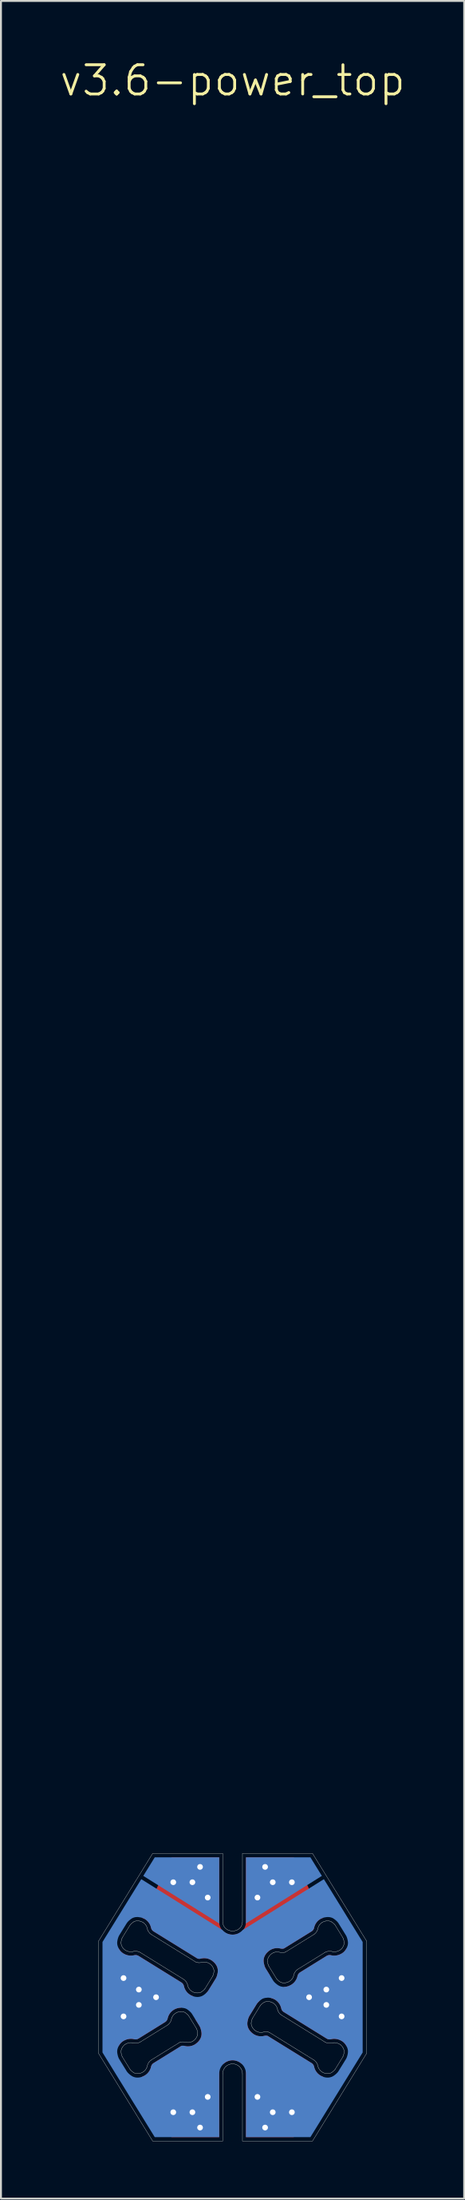
<source format=kicad_pcb>
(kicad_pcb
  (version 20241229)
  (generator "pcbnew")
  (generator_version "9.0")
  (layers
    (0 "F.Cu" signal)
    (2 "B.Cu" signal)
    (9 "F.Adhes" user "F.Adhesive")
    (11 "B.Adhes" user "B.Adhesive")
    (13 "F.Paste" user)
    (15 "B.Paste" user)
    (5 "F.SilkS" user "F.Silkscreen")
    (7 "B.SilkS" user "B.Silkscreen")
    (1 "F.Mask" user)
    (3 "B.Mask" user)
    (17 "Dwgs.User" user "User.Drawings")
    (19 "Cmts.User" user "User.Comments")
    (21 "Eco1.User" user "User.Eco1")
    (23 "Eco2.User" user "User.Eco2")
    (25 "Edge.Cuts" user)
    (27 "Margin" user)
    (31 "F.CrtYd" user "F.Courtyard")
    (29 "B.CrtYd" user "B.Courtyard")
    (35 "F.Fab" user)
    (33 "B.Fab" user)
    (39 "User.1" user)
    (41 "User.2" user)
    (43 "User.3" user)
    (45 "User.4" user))
  (footprint "v3.6-power_top"
    (layer "F.Cu")
    (at 9.108 1.155)
    (property "Reference" "v3.6-power_top" (at 0 0 0) (layer "F.SilkS") (effects (font (size 1.524 1.524) (thickness 0.15))))
    (attr through_hole)
    (fp_poly (pts (xy -0.681 103.837) (xy -3.897 105.849) (xy -3.194 107.3) (xy -0.699 107.3) (xy -0.699 104) (xy -0.699 103.967) (xy -0.697 103.934) (xy -0.693 103.901) (xy -0.688 103.869) (xy -0.681 103.837)) (stroke (width 0.000001) (type solid)) (fill yes) (layer "F.Cu"))
    (fp_poly (pts (xy 0.681 103.837) (xy 0.688 103.869) (xy 0.693 103.901) (xy 0.697 103.934) (xy 0.699 103.967) (xy 0.699 104) (xy 0.699 107.3) (xy 3.194 107.3) (xy 3.898 105.849) (xy 0.681 103.837)) (stroke (width 0.000001) (type solid)) (fill yes) (layer "F.Cu"))
    (fp_poly (pts (xy -5.964 97.43) (xy -6.029 97.584) (xy -6.088 97.74) (xy -6.144 97.896) (xy -6.196 98.054) (xy -6.243 98.213) (xy -6.287 98.372) (xy -6.326 98.533) (xy -6.361 98.694) (xy -6.392 98.855) (xy -6.419 99.018) (xy -6.441 99.18) (xy -6.46 99.344) (xy -6.474 99.507) (xy -6.485 99.671) (xy -6.491 99.834) (xy -6.493 99.998) (xy -6.491 100.162) (xy -6.484 100.326) (xy -6.474 100.49) (xy -6.459 100.653) (xy -6.441 100.816) (xy -6.418 100.979) (xy -6.391 101.141) (xy -6.36 101.303) (xy -6.325 101.464) (xy -6.286 101.624) (xy -6.242 101.784) (xy -6.195 101.943) (xy -6.143 102.1) (xy -6.087 102.257) (xy -6.027 102.413) (xy -5.963 102.567) (xy -5.96 102.563) (xy -5.942 102.529) (xy -5.922 102.496) (xy -5.9 102.464) (xy -5.876 102.433) (xy -5.854 102.407) (xy -5.832 102.381) (xy -5.807 102.357) (xy -5.801 102.351) (xy -5.775 102.33) (xy -5.749 102.31) (xy -5.721 102.291) (xy -5.684 102.269) (xy -5.647 102.25) (xy -5.609 102.233) (xy -5.571 102.217) (xy -5.532 102.204) (xy -5.494 102.194) (xy -5.455 102.185) (xy -5.416 102.178) (xy -5.377 102.174) (xy -5.338 102.171) (xy -5.3 102.171) (xy -5.261 102.173) (xy -5.223 102.177) (xy -5.186 102.183) (xy -5.149 102.191) (xy -5.108 102.199) (xy -5.068 102.201) (xy -5.029 102.198) (xy -4.99 102.189) (xy -4.953 102.176) (xy -4.917 102.157) (xy -3.529 101.299) (xy -3.496 101.275) (xy -3.467 101.248) (xy -3.442 101.217) (xy -3.421 101.183) (xy -3.405 101.146) (xy -3.394 101.107) (xy -3.384 101.067) (xy -3.372 101.029) (xy -3.358 100.991) (xy -3.341 100.954) (xy -3.323 100.918) (xy -3.303 100.883) (xy -3.281 100.85) (xy -3.257 100.818) (xy -3.231 100.787) (xy -3.203 100.758) (xy -3.174 100.73) (xy -3.143 100.704) (xy -3.11 100.68) (xy -3.076 100.657) (xy -3.04 100.636) (xy -3.004 100.618) (xy -2.967 100.602) (xy -2.929 100.588) (xy -2.891 100.576) (xy -2.854 100.567) (xy -2.816 100.559) (xy -2.778 100.554) (xy -2.741 100.55) (xy -2.704 100.549) (xy -2.68 100.532) (xy -2.656 100.516) (xy -2.629 100.499) (xy -2.599 100.48) (xy -2.564 100.46) (xy -2.527 100.438) (xy -2.491 100.414) (xy -2.457 100.389) (xy -2.423 100.362) (xy -2.391 100.334) (xy -2.36 100.305) (xy -2.33 100.275) (xy -2.301 100.244) (xy -2.273 100.213) (xy -2.247 100.182) (xy -2.222 100.15) (xy -2.197 100.118) (xy -2.174 100.087) (xy -2.152 100.056) (xy -2.132 100.025) (xy -2.112 99.995) (xy -2.094 99.966) (xy -2.076 99.938) (xy -2.106 99.926) (xy -2.137 99.914) (xy -2.166 99.901) (xy -2.196 99.886) (xy -2.225 99.869) (xy -2.259 99.847) (xy -2.292 99.822) (xy -2.323 99.796) (xy -2.352 99.768) (xy -2.38 99.739) (xy -2.406 99.708) (xy -2.43 99.676) (xy -2.452 99.643) (xy -2.472 99.608) (xy -2.49 99.572) (xy -2.507 99.535) (xy -2.521 99.497) (xy -2.533 99.459) (xy -2.542 99.419) (xy -2.554 99.38) (xy -2.57 99.343) (xy -2.591 99.309) (xy -2.616 99.278) (xy -2.645 99.251) (xy -2.678 99.227) (xy -4.916 97.843) (xy -4.952 97.824) (xy -4.989 97.811) (xy -5.028 97.802) (xy -5.068 97.799) (xy -5.108 97.801) (xy -5.148 97.808) (xy -5.185 97.817) (xy -5.223 97.823) (xy -5.261 97.827) (xy -5.299 97.829) (xy -5.338 97.828) (xy -5.377 97.826) (xy -5.416 97.821) (xy -5.455 97.814) (xy -5.494 97.805) (xy -5.532 97.794) (xy -5.571 97.781) (xy -5.609 97.766) (xy -5.646 97.749) (xy -5.683 97.729) (xy -5.72 97.708) (xy -5.748 97.689) (xy -5.775 97.67) (xy -5.8 97.649) (xy -5.827 97.623) (xy -5.852 97.595) (xy -5.876 97.566) (xy -5.898 97.537) (xy -5.92 97.506) (xy -5.939 97.475) (xy -5.957 97.442) (xy -5.963 97.432) (xy -5.964 97.429) (xy -5.964 97.43)) (stroke (width 0.000001) (type solid)) (fill yes) (layer "F.Cu"))
    (fp_poly (pts (xy 5.963 97.433) (xy 5.954 97.447) (xy 5.937 97.478) (xy 5.918 97.508) (xy 5.898 97.538) (xy 5.876 97.567) (xy 5.854 97.593) (xy 5.831 97.618) (xy 5.806 97.643) (xy 5.8 97.649) (xy 5.775 97.67) (xy 5.748 97.69) (xy 5.72 97.708) (xy 5.683 97.73) (xy 5.646 97.749) (xy 5.609 97.766) (xy 5.571 97.782) (xy 5.532 97.795) (xy 5.494 97.806) (xy 5.455 97.814) (xy 5.416 97.821) (xy 5.377 97.826) (xy 5.338 97.828) (xy 5.299 97.829) (xy 5.261 97.827) (xy 5.223 97.823) (xy 5.185 97.817) (xy 5.148 97.808) (xy 5.108 97.801) (xy 5.067 97.799) (xy 5.028 97.802) (xy 4.989 97.811) (xy 4.952 97.824) (xy 4.916 97.843) (xy 3.528 98.701) (xy 3.496 98.725) (xy 3.467 98.752) (xy 3.442 98.783) (xy 3.421 98.816) (xy 3.405 98.853) (xy 3.394 98.893) (xy 3.384 98.932) (xy 3.372 98.971) (xy 3.358 99.009) (xy 3.341 99.046) (xy 3.323 99.082) (xy 3.303 99.116) (xy 3.28 99.15) (xy 3.256 99.182) (xy 3.231 99.213) (xy 3.203 99.242) (xy 3.173 99.27) (xy 3.142 99.296) (xy 3.11 99.32) (xy 3.076 99.343) (xy 3.039 99.364) (xy 3.002 99.383) (xy 2.965 99.401) (xy 2.927 99.416) (xy 2.889 99.428) (xy 2.851 99.439) (xy 2.813 99.448) (xy 2.775 99.454) (xy 2.737 99.458) (xy 2.7 99.46) (xy 2.678 99.477) (xy 2.655 99.496) (xy 2.629 99.515) (xy 2.602 99.535) (xy 2.573 99.556) (xy 2.541 99.578) (xy 2.507 99.602) (xy 2.469 99.627) (xy 2.429 99.654) (xy 2.386 99.682) (xy 2.336 99.715) (xy 2.29 99.747) (xy 2.249 99.777) (xy 2.211 99.807) (xy 2.177 99.835) (xy 2.147 99.863) (xy 2.12 99.889) (xy 2.096 99.914) (xy 2.075 99.939) (xy 2.057 99.962) (xy 2.042 99.984) (xy 2.028 100.006) (xy 2.017 100.026) (xy 2.008 100.046) (xy 2.045 100.055) (xy 2.081 100.066) (xy 2.118 100.079) (xy 2.154 100.094) (xy 2.19 100.111) (xy 2.225 100.131) (xy 2.259 100.154) (xy 2.292 100.178) (xy 2.323 100.204) (xy 2.352 100.232) (xy 2.38 100.261) (xy 2.406 100.292) (xy 2.43 100.324) (xy 2.452 100.358) (xy 2.472 100.393) (xy 2.49 100.428) (xy 2.507 100.465) (xy 2.521 100.503) (xy 2.533 100.542) (xy 2.542 100.581) (xy 2.554 100.621) (xy 2.57 100.658) (xy 2.591 100.692) (xy 2.616 100.722) (xy 2.645 100.75) (xy 2.678 100.773) (xy 4.916 102.157) (xy 4.917 102.157) (xy 4.952 102.176) (xy 4.989 102.19) (xy 5.028 102.198) (xy 5.068 102.201) (xy 5.108 102.199) (xy 5.148 102.192) (xy 5.185 102.183) (xy 5.223 102.177) (xy 5.261 102.173) (xy 5.299 102.171) (xy 5.338 102.172) (xy 5.377 102.174) (xy 5.416 102.179) (xy 5.455 102.186) (xy 5.494 102.194) (xy 5.532 102.205) (xy 5.571 102.219) (xy 5.609 102.234) (xy 5.646 102.251) (xy 5.683 102.27) (xy 5.72 102.292) (xy 5.748 102.31) (xy 5.775 102.33) (xy 5.8 102.351) (xy 5.8 102.35) (xy 5.813 102.364) (xy 5.834 102.385) (xy 5.855 102.407) (xy 5.874 102.43) (xy 5.894 102.456) (xy 5.913 102.483) (xy 5.931 102.51) (xy 5.948 102.538) (xy 5.963 102.567) (xy 5.965 102.571) (xy 6.029 102.416) (xy 6.089 102.261) (xy 6.144 102.104) (xy 6.196 101.946) (xy 6.243 101.788) (xy 6.287 101.628) (xy 6.326 101.468) (xy 6.361 101.307) (xy 6.392 101.145) (xy 6.419 100.983) (xy 6.442 100.82) (xy 6.46 100.657) (xy 6.475 100.493) (xy 6.485 100.33) (xy 6.491 100.166) (xy 6.493 100.002) (xy 6.491 99.838) (xy 6.485 99.674) (xy 6.474 99.51) (xy 6.46 99.347) (xy 6.441 99.184) (xy 6.419 99.021) (xy 6.392 98.859) (xy 6.361 98.697) (xy 6.325 98.536) (xy 6.286 98.376) (xy 6.243 98.216) (xy 6.195 98.057) (xy 6.143 97.9) (xy 6.088 97.743) (xy 6.028 97.587) (xy 5.964 97.433) (xy 5.963 97.433)) (stroke (width 0.000001) (type solid)) (fill yes) (layer "F.Cu"))
    (fp_poly (pts (xy -3.184 92.705) (xy -4.667 95.764) (xy -4.725 95.858) (xy -4.715 95.862) (xy -4.701 95.869) (xy -4.705 95.874) (xy -4.673 95.883) (xy -4.642 95.894) (xy -4.61 95.908) (xy -4.58 95.925) (xy -4.546 95.947) (xy -4.513 95.972) (xy -4.482 95.998) (xy -4.453 96.025) (xy -4.425 96.054) (xy -4.4 96.085) (xy -4.376 96.117) (xy -4.353 96.151) (xy -4.333 96.185) (xy -4.315 96.221) (xy -4.299 96.258) (xy -4.285 96.295) (xy -4.273 96.334) (xy -4.263 96.374) (xy -4.252 96.413) (xy -4.236 96.449) (xy -4.216 96.483) (xy -4.191 96.514) (xy -4.162 96.542) (xy -4.129 96.565) (xy -1.83 97.986) (xy -1.83 97.986) (xy -1.824 97.986) (xy -1.779 97.995) (xy -1.749 97.996) (xy -1.718 97.995) (xy -1.686 97.992) (xy -1.655 97.985) (xy -1.616 97.976) (xy -1.576 97.97) (xy -1.535 97.965) (xy -1.495 97.963) (xy -1.455 97.964) (xy -1.415 97.966) (xy -1.375 97.971) (xy -1.336 97.978) (xy -1.297 97.988) (xy -1.258 98) (xy -1.221 98.013) (xy -1.184 98.029) (xy -1.147 98.048) (xy -1.112 98.068) (xy -1.084 98.087) (xy -1.058 98.108) (xy -1.033 98.129) (xy -1.008 98.151) (xy -1.007 98.152) (xy -0.976 98.18) (xy -0.947 98.209) (xy -0.92 98.239) (xy -0.895 98.27) (xy -0.872 98.302) (xy -0.851 98.336) (xy -0.833 98.37) (xy -0.817 98.404) (xy -0.803 98.44) (xy -0.792 98.476) (xy -0.783 98.513) (xy -0.777 98.551) (xy -0.776 98.556) (xy -0.773 98.594) (xy -0.772 98.632) (xy -0.774 98.67) (xy -0.778 98.708) (xy -0.786 98.755) (xy -0.796 98.799) (xy -0.805 98.839) (xy -0.816 98.877) (xy -0.828 98.913) (xy -0.841 98.946) (xy -0.854 98.976) (xy -0.869 99.005) (xy -0.885 99.032) (xy -1.261 99.641) (xy -1.279 99.667) (xy -1.299 99.693) (xy -1.321 99.719) (xy -1.346 99.745) (xy -1.373 99.772) (xy -1.412 99.832) (xy -1.444 99.879) (xy -1.475 99.926) (xy -1.507 99.974) (xy -1.537 100.023) (xy -1.568 100.072) (xy -1.598 100.121) (xy -1.627 100.171) (xy -1.655 100.22) (xy -1.683 100.27) (xy -1.71 100.32) (xy -1.736 100.369) (xy -1.761 100.418) (xy -1.785 100.467) (xy -1.807 100.515) (xy -1.829 100.563) (xy -1.849 100.61) (xy -1.867 100.656) (xy -1.884 100.701) (xy -1.9 100.745) (xy -1.914 100.789) (xy -1.926 100.831) (xy -1.937 100.872) (xy -1.945 100.911) (xy -1.952 100.949) (xy -1.956 100.986) (xy -1.959 101.02) (xy -1.959 101.053) (xy -1.957 101.085) (xy -1.952 101.114) (xy -1.945 101.141) (xy -1.936 101.166) (xy -1.924 101.189) (xy -1.736 101.493) (xy -1.736 101.494) (xy -1.721 101.52) (xy -1.706 101.549) (xy -1.692 101.58) (xy -1.68 101.613) (xy -1.668 101.648) (xy -1.657 101.686) (xy -1.647 101.727) (xy -1.638 101.77) (xy -1.629 101.817) (xy -1.625 101.856) (xy -1.623 101.894) (xy -1.624 101.932) (xy -1.627 101.969) (xy -1.628 101.976) (xy -1.634 102.013) (xy -1.643 102.05) (xy -1.654 102.086) (xy -1.668 102.121) (xy -1.684 102.156) (xy -1.702 102.189) (xy -1.723 102.222) (xy -1.746 102.254) (xy -1.77 102.285) (xy -1.797 102.315) (xy -1.826 102.344) (xy -1.856 102.372) (xy -1.859 102.374) (xy -1.884 102.396) (xy -1.909 102.417) (xy -1.935 102.438) (xy -1.963 102.457) (xy -1.998 102.478) (xy -2.035 102.496) (xy -2.072 102.512) (xy -2.11 102.526) (xy -2.148 102.537) (xy -2.187 102.547) (xy -2.226 102.554) (xy -2.266 102.559) (xy -2.306 102.561) (xy -2.346 102.562) (xy -2.387 102.56) (xy -2.427 102.555) (xy -2.467 102.549) (xy -2.506 102.54) (xy -2.537 102.534) (xy -2.569 102.53) (xy -2.6 102.53) (xy -2.63 102.531) (xy -2.675 102.54) (xy -2.681 102.54) (xy -4.129 103.435) (xy -4.162 103.458) (xy -4.191 103.486) (xy -4.216 103.517) (xy -4.236 103.551) (xy -4.252 103.587) (xy -4.263 103.627) (xy -4.273 103.666) (xy -4.285 103.705) (xy -4.299 103.743) (xy -4.315 103.779) (xy -4.334 103.815) (xy -4.354 103.85) (xy -4.376 103.883) (xy -4.4 103.915) (xy -4.426 103.946) (xy -4.453 103.975) (xy -4.483 104.003) (xy -4.514 104.028) (xy -4.546 104.053) (xy -4.58 104.075) (xy -4.61 104.092) (xy -4.64 104.106) (xy -4.67 104.118) (xy -4.701 104.131) (xy -4.7 104.131) (xy -4.724 104.142) (xy -4.725 104.142) (xy -4.725 104.143) (xy -4.724 104.145) (xy -3.986 105.667) (xy -0.448 103.454) (xy -0.417 103.43) (xy -0.384 103.407) (xy -0.351 103.386) (xy -0.316 103.367) (xy -0.28 103.35) (xy -0.243 103.335) (xy -0.206 103.322) (xy -0.168 103.311) (xy -0.129 103.303) (xy -0.09 103.297) (xy -0.05 103.292) (xy -0.01 103.291) (xy 0.029 103.291) (xy 0.067 103.294) (xy 0.105 103.299) (xy 0.143 103.306) (xy 0.18 103.315) (xy 0.216 103.325) (xy 0.252 103.338) (xy 0.287 103.353) (xy 0.322 103.37) (xy 0.355 103.388) (xy 0.388 103.409) (xy 0.419 103.431) (xy 0.449 103.455) (xy 3.986 105.667) (xy 4.724 104.145) (xy 4.725 104.143) (xy 4.725 104.142) (xy 4.724 104.142) (xy 4.688 104.128) (xy 4.651 104.113) (xy 4.615 104.096) (xy 4.58 104.076) (xy 4.546 104.053) (xy 4.513 104.029) (xy 4.482 104.003) (xy 4.453 103.975) (xy 4.425 103.946) (xy 4.4 103.915) (xy 4.376 103.883) (xy 4.354 103.85) (xy 4.333 103.815) (xy 4.315 103.78) (xy 4.299 103.743) (xy 4.285 103.705) (xy 4.273 103.667) (xy 4.263 103.627) (xy 4.252 103.588) (xy 4.236 103.551) (xy 4.216 103.517) (xy 4.191 103.487) (xy 4.162 103.459) (xy 4.129 103.435) (xy 1.83 102.015) (xy 1.83 102.015) (xy 1.824 102.015) (xy 1.779 102.006) (xy 1.749 102.004) (xy 1.718 102.005) (xy 1.686 102.009) (xy 1.655 102.015) (xy 1.616 102.024) (xy 1.576 102.031) (xy 1.536 102.035) (xy 1.495 102.037) (xy 1.455 102.037) (xy 1.415 102.034) (xy 1.375 102.029) (xy 1.336 102.022) (xy 1.297 102.013) (xy 1.259 102.001) (xy 1.221 101.987) (xy 1.184 101.971) (xy 1.147 101.953) (xy 1.112 101.932) (xy 1.084 101.913) (xy 1.058 101.892) (xy 1.033 101.871) (xy 1.008 101.849) (xy 1.007 101.849) (xy 0.976 101.821) (xy 0.947 101.791) (xy 0.92 101.761) (xy 0.895 101.73) (xy 0.872 101.698) (xy 0.852 101.665) (xy 0.833 101.631) (xy 0.817 101.596) (xy 0.803 101.561) (xy 0.792 101.524) (xy 0.783 101.487) (xy 0.777 101.45) (xy 0.776 101.444) (xy 0.773 101.406) (xy 0.772 101.368) (xy 0.774 101.33) (xy 0.778 101.292) (xy 0.786 101.25) (xy 0.794 101.21) (xy 0.803 101.173) (xy 0.812 101.138) (xy 0.823 101.105) (xy 0.837 101.067) (xy 0.852 101.031) (xy 0.868 100.998) (xy 0.885 100.968) (xy 1.261 100.358) (xy 1.279 100.332) (xy 1.299 100.306) (xy 1.322 100.279) (xy 1.347 100.253) (xy 1.375 100.226) (xy 1.413 100.168) (xy 1.445 100.121) (xy 1.476 100.074) (xy 1.507 100.026) (xy 1.538 99.977) (xy 1.568 99.928) (xy 1.598 99.879) (xy 1.627 99.829) (xy 1.656 99.78) (xy 1.684 99.73) (xy 1.71 99.68) (xy 1.736 99.631) (xy 1.761 99.582) (xy 1.785 99.533) (xy 1.807 99.485) (xy 1.829 99.438) (xy 1.849 99.391) (xy 1.867 99.344) (xy 1.885 99.299) (xy 1.9 99.255) (xy 1.914 99.212) (xy 1.926 99.17) (xy 1.937 99.129) (xy 1.945 99.089) (xy 1.952 99.051) (xy 1.956 99.015) (xy 1.958 98.98) (xy 1.959 98.947) (xy 1.957 98.916) (xy 1.952 98.887) (xy 1.945 98.86) (xy 1.936 98.835) (xy 1.924 98.812) (xy 1.924 98.811) (xy 1.736 98.507) (xy 1.736 98.506) (xy 1.718 98.476) (xy 1.702 98.443) (xy 1.687 98.408) (xy 1.673 98.37) (xy 1.673 98.369) (xy 1.663 98.336) (xy 1.654 98.301) (xy 1.645 98.264) (xy 1.637 98.224) (xy 1.629 98.182) (xy 1.625 98.145) (xy 1.623 98.108) (xy 1.624 98.072) (xy 1.627 98.035) (xy 1.628 98.024) (xy 1.634 97.986) (xy 1.643 97.949) (xy 1.654 97.913) (xy 1.668 97.878) (xy 1.684 97.843) (xy 1.703 97.809) (xy 1.724 97.776) (xy 1.747 97.744) (xy 1.772 97.713) (xy 1.799 97.683) (xy 1.828 97.654) (xy 1.858 97.626) (xy 1.883 97.604) (xy 1.908 97.582) (xy 1.935 97.561) (xy 1.963 97.542) (xy 1.999 97.522) (xy 2.035 97.503) (xy 2.072 97.487) (xy 2.11 97.473) (xy 2.148 97.462) (xy 2.187 97.453) (xy 2.227 97.446) (xy 2.266 97.441) (xy 2.306 97.438) (xy 2.346 97.438) (xy 2.386 97.44) (xy 2.426 97.444) (xy 2.466 97.451) (xy 2.506 97.46) (xy 2.537 97.466) (xy 2.569 97.469) (xy 2.6 97.47) (xy 2.629 97.469) (xy 2.674 97.46) (xy 2.68 97.46) (xy 2.681 97.46) (xy 4.129 96.565) (xy 4.162 96.542) (xy 4.191 96.514) (xy 4.216 96.483) (xy 4.236 96.45) (xy 4.252 96.413) (xy 4.263 96.374) (xy 4.263 96.373) (xy 4.273 96.334) (xy 4.285 96.295) (xy 4.299 96.258) (xy 4.315 96.221) (xy 4.333 96.185) (xy 4.353 96.15) (xy 4.376 96.117) (xy 4.4 96.085) (xy 4.425 96.054) (xy 4.453 96.025) (xy 4.482 95.998) (xy 4.513 95.972) (xy 4.546 95.947) (xy 4.58 95.925) (xy 4.61 95.908) (xy 4.641 95.894) (xy 4.673 95.883) (xy 4.705 95.874) (xy 4.701 95.869) (xy 4.715 95.862) (xy 4.735 95.862) (xy 3.204 92.705) (xy 0.699 92.705) (xy 0.699 96) (xy 0.699 96.089) (xy 0.691 96.172) (xy 0.675 96.25) (xy 0.651 96.322) (xy 0.621 96.388) (xy 0.584 96.448) (xy 0.542 96.502) (xy 0.495 96.551) (xy 0.443 96.594) (xy 0.387 96.632) (xy 0.328 96.663) (xy 0.265 96.689) (xy 0.201 96.709) (xy 0.135 96.724) (xy 0.068 96.732) (xy 0 96.735) (xy -0.068 96.732) (xy -0.135 96.724) (xy -0.201 96.709) (xy -0.265 96.689) (xy -0.328 96.663) (xy -0.387 96.632) (xy -0.443 96.594) (xy -0.495 96.551) (xy -0.542 96.502) (xy -0.584 96.448) (xy -0.621 96.388) (xy -0.651 96.322) (xy -0.675 96.25) (xy -0.691 96.172) (xy -0.699 96.089) (xy -0.699 96) (xy -0.699 92.705) (xy -3.184 92.705)) (stroke (width 0.000001) (type solid)) (fill yes) (layer "F.Cu"))
    (fp_poly (pts (xy -3 92.5) (xy -2.997 92.64) (xy -2.988 92.779) (xy -2.973 92.917) (xy -2.952 93.053) (xy -2.926 93.187) (xy -2.894 93.319) (xy -2.856 93.448) (xy -2.814 93.576) (xy -2.766 93.701) (xy -2.713 93.823) (xy -2.655 93.943) (xy -2.592 94.06) (xy -2.525 94.173) (xy -2.453 94.284) (xy -2.377 94.391) (xy -2.296 94.494) (xy -2.211 94.594) (xy -2.122 94.69) (xy -2.029 94.782) (xy -1.933 94.871) (xy -1.832 94.954) (xy -1.728 95.034) (xy -1.621 95.109) (xy -1.51 95.179) (xy -1.395 95.244) (xy -1.278 95.304) (xy -1.158 95.36) (xy -1.035 95.41) (xy -0.909 95.454) (xy -0.78 95.493) (xy -0.649 95.526) (xy -0.516 95.553) (xy -0.516 92.5) (xy -3 92.5)) (stroke (width 0.000001) (type solid)) (fill yes) (layer "F.Mask"))
    (fp_poly (pts (xy -0.516 104.449) (xy -0.649 104.477) (xy -0.78 104.51) (xy -0.909 104.549) (xy -1.034 104.593) (xy -1.157 104.643) (xy -1.278 104.698) (xy -1.395 104.758) (xy -1.509 104.824) (xy -1.62 104.894) (xy -1.727 104.968) (xy -1.831 105.048) (xy -1.932 105.131) (xy -2.029 105.219) (xy -2.122 105.311) (xy -2.21 105.407) (xy -2.295 105.507) (xy -2.376 105.611) (xy -2.452 105.718) (xy -2.524 105.828) (xy -2.592 105.941) (xy -2.654 106.058) (xy -2.712 106.178) (xy -2.765 106.3) (xy -2.813 106.425) (xy -2.856 106.552) (xy -2.893 106.682) (xy -2.925 106.813) (xy -2.951 106.947) (xy -2.972 107.083) (xy -2.987 107.22) (xy -2.997 107.359) (xy -3 107.5) (xy -0.516 107.5) (xy -0.516 104.449)) (stroke (width 0.000001) (type solid)) (fill yes) (layer "F.Mask"))
    (fp_poly (pts (xy 0.516 92.5) (xy 0.516 95.55) (xy 0.649 95.523) (xy 0.78 95.49) (xy 0.909 95.451) (xy 1.034 95.407) (xy 1.157 95.357) (xy 1.278 95.302) (xy 1.395 95.241) (xy 1.509 95.176) (xy 1.62 95.106) (xy 1.727 95.031) (xy 1.831 94.952) (xy 1.932 94.868) (xy 2.029 94.78) (xy 2.121 94.688) (xy 2.21 94.592) (xy 2.295 94.492) (xy 2.376 94.389) (xy 2.452 94.282) (xy 2.524 94.172) (xy 2.591 94.058) (xy 2.654 93.942) (xy 2.712 93.822) (xy 2.765 93.7) (xy 2.813 93.575) (xy 2.856 93.448) (xy 2.893 93.318) (xy 2.925 93.186) (xy 2.951 93.052) (xy 2.972 92.917) (xy 2.987 92.779) (xy 2.997 92.64) (xy 3 92.5) (xy 0.516 92.5)) (stroke (width 0.000001) (type solid)) (fill yes) (layer "F.Mask"))
    (fp_poly (pts (xy 0.516 104.446) (xy 0.516 107.5) (xy 3 107.5) (xy 2.997 107.359) (xy 2.988 107.22) (xy 2.973 107.083) (xy 2.952 106.947) (xy 2.926 106.813) (xy 2.894 106.681) (xy 2.856 106.551) (xy 2.814 106.424) (xy 2.766 106.299) (xy 2.713 106.176) (xy 2.655 106.057) (xy 2.592 105.94) (xy 2.525 105.826) (xy 2.453 105.716) (xy 2.377 105.609) (xy 2.296 105.505) (xy 2.211 105.405) (xy 2.122 105.309) (xy 2.029 105.217) (xy 1.933 105.129) (xy 1.832 105.045) (xy 1.728 104.966) (xy 1.621 104.891) (xy 1.51 104.821) (xy 1.395 104.756) (xy 1.278 104.695) (xy 1.158 104.64) (xy 1.035 104.59) (xy 0.909 104.546) (xy 0.78 104.507) (xy 0.649 104.474) (xy 0.516 104.446)) (stroke (width 0.000001) (type solid)) (fill yes) (layer "F.Mask"))
    (fp_poly (pts (xy -2.108 102.306) (xy -2.144 102.323) (xy -2.182 102.336) (xy -2.22 102.347) (xy -2.259 102.355) (xy -2.298 102.359) (xy -2.338 102.361) (xy -2.377 102.359) (xy -2.417 102.354) (xy -2.456 102.346) (xy -2.5 102.336) (xy -2.544 102.331) (xy -2.587 102.329) (xy -2.628 102.329) (xy -2.667 102.333) (xy -2.703 102.339) (xy -2.736 102.347) (xy -2.763 102.357) (xy -2.786 102.368) (xy -4.236 103.264) (xy -4.269 103.287) (xy -4.3 103.313) (xy -4.329 103.34) (xy -4.356 103.37) (xy -4.38 103.401) (xy -4.401 103.435) (xy -4.42 103.47) (xy -4.436 103.506) (xy -4.449 103.545) (xy -4.459 103.584) (xy -4.469 103.623) (xy -4.482 103.66) (xy -4.499 103.696) (xy -4.518 103.731) (xy -4.539 103.764) (xy -4.564 103.795) (xy -4.59 103.825) (xy -4.619 103.852) (xy -4.65 103.877) (xy -4.621 103.917) (xy -4.591 103.955) (xy -4.558 103.991) (xy -4.525 104.026) (xy -4.49 104.058) (xy -4.453 104.089) (xy -4.416 104.118) (xy -4.377 104.144) (xy -4.338 104.169) (xy -4.297 104.192) (xy -4.255 104.213) (xy -4.213 104.232) (xy -4.17 104.249) (xy -4.126 104.263) (xy -4.081 104.276) (xy -4.036 104.287) (xy -3.991 104.295) (xy -3.945 104.302) (xy -3.899 104.306) (xy -3.853 104.308) (xy -3.806 104.309) (xy -3.76 104.306) (xy -3.713 104.302) (xy -3.667 104.295) (xy -3.621 104.286) (xy -3.575 104.275) (xy -3.529 104.262) (xy -3.483 104.246) (xy -3.439 104.228) (xy -3.394 104.208) (xy -3.35 104.185) (xy -3.307 104.159) (xy -2.457 103.634) (xy -2.415 103.607) (xy -2.375 103.578) (xy -2.337 103.547) (xy -2.3 103.515) (xy -2.266 103.482) (xy -2.234 103.447) (xy -2.203 103.41) (xy -2.174 103.373) (xy -2.148 103.334) (xy -2.123 103.295) (xy -2.1 103.254) (xy -2.079 103.212) (xy -2.06 103.17) (xy -2.044 103.127) (xy -2.029 103.083) (xy -2.016 103.038) (xy -2.006 102.993) (xy -1.997 102.948) (xy -1.991 102.902) (xy -1.987 102.856) (xy -1.985 102.809) (xy -1.985 102.763) (xy -1.987 102.716) (xy -1.991 102.67) (xy -1.998 102.623) (xy -2.007 102.577) (xy -2.018 102.531) (xy -2.031 102.485) (xy -2.047 102.439) (xy -2.065 102.394) (xy -2.085 102.35) (xy -2.108 102.306) (xy -2.108 102.306)) (stroke (width 0.000001) (type solid)) (fill yes) (layer "F.Mask"))
    (fp_poly (pts (xy 1.257 101.78) (xy 1.234 101.824) (xy 1.214 101.869) (xy 1.196 101.914) (xy 1.18 101.959) (xy 1.167 102.005) (xy 1.156 102.051) (xy 1.147 102.098) (xy 1.14 102.144) (xy 1.136 102.191) (xy 1.134 102.237) (xy 1.133 102.284) (xy 1.136 102.33) (xy 1.14 102.376) (xy 1.146 102.422) (xy 1.155 102.468) (xy 1.165 102.513) (xy 1.178 102.557) (xy 1.193 102.601) (xy 1.209 102.644) (xy 1.228 102.687) (xy 1.249 102.728) (xy 1.272 102.769) (xy 1.297 102.808) (xy 1.323 102.847) (xy 1.352 102.884) (xy 1.383 102.921) (xy 1.415 102.956) (xy 1.449 102.989) (xy 1.486 103.021) (xy 1.524 103.052) (xy 1.564 103.081) (xy 1.606 103.108) (xy 3.307 104.16) (xy 3.35 104.185) (xy 3.394 104.208) (xy 3.438 104.228) (xy 3.483 104.246) (xy 3.528 104.262) (xy 3.574 104.275) (xy 3.62 104.286) (xy 3.666 104.295) (xy 3.713 104.302) (xy 3.759 104.306) (xy 3.806 104.309) (xy 3.852 104.309) (xy 3.899 104.306) (xy 3.945 104.302) (xy 3.991 104.296) (xy 4.036 104.287) (xy 4.081 104.276) (xy 4.125 104.263) (xy 4.169 104.249) (xy 4.212 104.232) (xy 4.255 104.213) (xy 4.296 104.192) (xy 4.337 104.169) (xy 4.377 104.144) (xy 4.415 104.118) (xy 4.453 104.089) (xy 4.489 104.058) (xy 4.524 104.026) (xy 4.558 103.991) (xy 4.59 103.955) (xy 4.621 103.917) (xy 4.65 103.877) (xy 4.619 103.852) (xy 4.59 103.825) (xy 4.563 103.795) (xy 4.539 103.764) (xy 4.517 103.731) (xy 4.499 103.696) (xy 4.482 103.66) (xy 4.469 103.623) (xy 4.459 103.584) (xy 4.449 103.545) (xy 4.436 103.507) (xy 4.42 103.47) (xy 4.401 103.435) (xy 4.379 103.401) (xy 4.355 103.37) (xy 4.329 103.34) (xy 4.3 103.313) (xy 4.269 103.287) (xy 4.235 103.264) (xy 1.935 101.843) (xy 1.912 101.832) (xy 1.885 101.822) (xy 1.852 101.813) (xy 1.816 101.807) (xy 1.777 101.804) (xy 1.736 101.803) (xy 1.693 101.805) (xy 1.649 101.811) (xy 1.605 101.82) (xy 1.566 101.829) (xy 1.526 101.834) (xy 1.487 101.835) (xy 1.447 101.834) (xy 1.408 101.829) (xy 1.369 101.821) (xy 1.331 101.811) (xy 1.293 101.797) (xy 1.257 101.78) (xy 1.257 101.78)) (stroke (width 0.000001) (type solid)) (fill yes) (layer "F.Mask"))
    (fp_poly (pts (xy -5.547 97.572) (xy -5.57 97.616) (xy -5.59 97.661) (xy -5.608 97.706) (xy -5.624 97.751) (xy -5.637 97.797) (xy -5.649 97.843) (xy -5.658 97.89) (xy -5.664 97.936) (xy -5.669 97.983) (xy -5.671 98.03) (xy -5.671 98.076) (xy -5.669 98.123) (xy -5.665 98.169) (xy -5.659 98.215) (xy -5.65 98.261) (xy -5.64 98.306) (xy -5.627 98.35) (xy -5.612 98.394) (xy -5.596 98.437) (xy -5.577 98.48) (xy -5.556 98.521) (xy -5.533 98.562) (xy -5.509 98.602) (xy -5.482 98.641) (xy -5.453 98.678) (xy -5.423 98.714) (xy -5.39 98.749) (xy -5.356 98.783) (xy -5.319 98.815) (xy -5.281 98.846) (xy -5.241 98.875) (xy -5.199 98.902) (xy -3.498 99.954) (xy -3.455 99.979) (xy -3.411 100.002) (xy -3.367 100.022) (xy -3.322 100.04) (xy -3.276 100.056) (xy -3.231 100.069) (xy -3.185 100.081) (xy -3.138 100.09) (xy -3.092 100.096) (xy -3.045 100.101) (xy -2.999 100.103) (xy -2.952 100.103) (xy -2.906 100.101) (xy -2.86 100.096) (xy -2.814 100.09) (xy -2.768 100.081) (xy -2.723 100.071) (xy -2.679 100.058) (xy -2.635 100.043) (xy -2.592 100.026) (xy -2.55 100.007) (xy -2.508 99.986) (xy -2.467 99.963) (xy -2.428 99.939) (xy -2.389 99.912) (xy -2.351 99.883) (xy -2.315 99.852) (xy -2.28 99.82) (xy -2.246 99.786) (xy -2.214 99.749) (xy -2.183 99.711) (xy -2.154 99.671) (xy -2.186 99.646) (xy -2.215 99.619) (xy -2.242 99.589) (xy -2.266 99.558) (xy -2.288 99.525) (xy -2.307 99.49) (xy -2.323 99.453) (xy -2.336 99.415) (xy -2.347 99.376) (xy -2.357 99.337) (xy -2.37 99.299) (xy -2.386 99.262) (xy -2.405 99.227) (xy -2.427 99.193) (xy -2.451 99.161) (xy -2.478 99.132) (xy -2.507 99.104) (xy -2.538 99.079) (xy -2.572 99.056) (xy -4.811 97.673) (xy -4.846 97.653) (xy -4.883 97.636) (xy -4.92 97.622) (xy -4.959 97.612) (xy -4.998 97.604) (xy -5.037 97.6) (xy -5.077 97.599) (xy -5.118 97.601) (xy -5.158 97.606) (xy -5.198 97.614) (xy -5.235 97.622) (xy -5.273 97.627) (xy -5.311 97.629) (xy -5.35 97.627) (xy -5.389 97.623) (xy -5.428 97.615) (xy -5.467 97.604) (xy -5.507 97.59) (xy -5.547 97.572) (xy -5.547 97.572)) (stroke (width 0.000001) (type solid)) (fill yes) (layer "F.Mask"))
    (fp_poly (pts (xy 5.547 97.572) (xy 5.507 97.59) (xy 5.467 97.604) (xy 5.428 97.615) (xy 5.389 97.623) (xy 5.35 97.627) (xy 5.311 97.629) (xy 5.273 97.627) (xy 5.235 97.622) (xy 5.198 97.614) (xy 5.158 97.606) (xy 5.118 97.601) (xy 5.077 97.599) (xy 5.037 97.6) (xy 4.998 97.604) (xy 4.959 97.612) (xy 4.92 97.622) (xy 4.883 97.636) (xy 4.846 97.653) (xy 4.811 97.673) (xy 3.423 98.531) (xy 3.389 98.554) (xy 3.358 98.579) (xy 3.329 98.606) (xy 3.302 98.636) (xy 3.278 98.667) (xy 3.256 98.701) (xy 3.237 98.736) (xy 3.221 98.773) (xy 3.208 98.811) (xy 3.198 98.85) (xy 3.187 98.889) (xy 3.174 98.927) (xy 3.158 98.964) (xy 3.139 98.999) (xy 3.117 99.032) (xy 3.092 99.063) (xy 3.065 99.093) (xy 3.036 99.12) (xy 3.005 99.145) (xy 3.034 99.185) (xy 3.065 99.223) (xy 3.097 99.26) (xy 3.131 99.294) (xy 3.166 99.326) (xy 3.202 99.357) (xy 3.239 99.386) (xy 3.278 99.413) (xy 3.318 99.437) (xy 3.359 99.46) (xy 3.4 99.481) (xy 3.443 99.5) (xy 3.486 99.517) (xy 3.53 99.532) (xy 3.574 99.545) (xy 3.619 99.555) (xy 3.664 99.564) (xy 3.71 99.571) (xy 3.756 99.575) (xy 3.803 99.577) (xy 3.849 99.577) (xy 3.896 99.575) (xy 3.942 99.57) (xy 3.989 99.564) (xy 4.035 99.555) (xy 4.081 99.544) (xy 4.127 99.53) (xy 4.172 99.515) (xy 4.217 99.497) (xy 4.262 99.476) (xy 4.305 99.453) (xy 4.349 99.428) (xy 5.199 98.902) (xy 5.241 98.875) (xy 5.281 98.846) (xy 5.319 98.816) (xy 5.356 98.783) (xy 5.39 98.75) (xy 5.423 98.715) (xy 5.453 98.679) (xy 5.482 98.641) (xy 5.509 98.602) (xy 5.533 98.563) (xy 5.556 98.522) (xy 5.577 98.48) (xy 5.596 98.438) (xy 5.612 98.394) (xy 5.627 98.35) (xy 5.64 98.306) (xy 5.65 98.261) (xy 5.659 98.215) (xy 5.665 98.169) (xy 5.669 98.123) (xy 5.671 98.077) (xy 5.671 98.03) (xy 5.669 97.983) (xy 5.664 97.937) (xy 5.658 97.89) (xy 5.649 97.843) (xy 5.637 97.797) (xy 5.624 97.751) (xy 5.608 97.706) (xy 5.59 97.661) (xy 5.57 97.616) (xy 5.547 97.572) (xy 5.547 97.572)) (stroke (width 0.000001) (type solid)) (fill yes) (layer "F.Mask"))
    (fp_poly (pts (xy -3.873 95.69) (xy -3.912 95.693) (xy -3.951 95.697) (xy -3.991 95.702) (xy -4.029 95.709) (xy -4.068 95.718) (xy -4.106 95.728) (xy -4.143 95.74) (xy -4.18 95.753) (xy -4.217 95.768) (xy -4.253 95.784) (xy -4.289 95.802) (xy -4.323 95.821) (xy -4.357 95.841) (xy -4.391 95.863) (xy -4.423 95.887) (xy -4.455 95.911) (xy -4.486 95.937) (xy -4.516 95.965) (xy -4.545 95.994) (xy -4.573 96.024) (xy -4.6 96.055) (xy -4.626 96.088) (xy -4.65 96.122) (xy -4.619 96.147) (xy -4.59 96.175) (xy -4.564 96.204) (xy -4.539 96.235) (xy -4.518 96.268) (xy -4.499 96.303) (xy -4.482 96.339) (xy -4.469 96.377) (xy -4.459 96.416) (xy -4.449 96.455) (xy -4.436 96.493) (xy -4.42 96.53) (xy -4.401 96.565) (xy -4.379 96.598) (xy -4.355 96.63) (xy -4.329 96.66) (xy -4.3 96.687) (xy -4.269 96.712) (xy -4.235 96.735) (xy -1.935 98.157) (xy -1.912 98.168) (xy -1.885 98.178) (xy -1.852 98.186) (xy -1.816 98.192) (xy -1.777 98.196) (xy -1.736 98.197) (xy -1.693 98.194) (xy -1.649 98.189) (xy -1.605 98.18) (xy -1.566 98.171) (xy -1.526 98.166) (xy -1.487 98.164) (xy -1.447 98.166) (xy -1.408 98.171) (xy -1.369 98.178) (xy -1.331 98.189) (xy -1.293 98.203) (xy -1.257 98.219) (xy -1.234 98.175) (xy -1.214 98.131) (xy -1.196 98.086) (xy -1.18 98.041) (xy -1.167 97.995) (xy -1.156 97.948) (xy -1.147 97.902) (xy -1.14 97.856) (xy -1.136 97.809) (xy -1.134 97.762) (xy -1.133 97.716) (xy -1.136 97.669) (xy -1.14 97.623) (xy -1.146 97.577) (xy -1.155 97.532) (xy -1.165 97.487) (xy -1.178 97.442) (xy -1.193 97.398) (xy -1.209 97.355) (xy -1.228 97.313) (xy -1.249 97.271) (xy -1.272 97.231) (xy -1.297 97.191) (xy -1.323 97.152) (xy -1.352 97.115) (xy -1.383 97.079) (xy -1.415 97.044) (xy -1.449 97.01) (xy -1.486 96.978) (xy -1.524 96.947) (xy -1.564 96.918) (xy -1.606 96.891) (xy -3.307 95.84) (xy -3.342 95.819) (xy -3.378 95.8) (xy -3.415 95.782) (xy -3.452 95.766) (xy -3.489 95.751) (xy -3.527 95.738) (xy -3.565 95.727) (xy -3.603 95.717) (xy -3.641 95.708) (xy -3.68 95.701) (xy -3.718 95.696) (xy -3.757 95.692) (xy -3.796 95.69) (xy -3.834 95.689) (xy -3.873 95.69) (xy -3.873 95.69)) (stroke (width 0.000001) (type solid)) (fill yes) (layer "F.Mask"))
    (fp_poly (pts (xy 3.873 95.691) (xy 3.834 95.69) (xy 3.796 95.691) (xy 3.757 95.693) (xy 3.718 95.697) (xy 3.68 95.702) (xy 3.641 95.709) (xy 3.603 95.717) (xy 3.565 95.727) (xy 3.527 95.738) (xy 3.489 95.751) (xy 3.452 95.766) (xy 3.415 95.782) (xy 3.378 95.8) (xy 3.342 95.819) (xy 3.307 95.84) (xy 2.456 96.366) (xy 2.414 96.393) (xy 2.374 96.422) (xy 2.336 96.452) (xy 2.3 96.485) (xy 2.266 96.518) (xy 2.233 96.553) (xy 2.202 96.589) (xy 2.174 96.627) (xy 2.147 96.665) (xy 2.122 96.705) (xy 2.1 96.746) (xy 2.079 96.787) (xy 2.06 96.83) (xy 2.043 96.873) (xy 2.028 96.917) (xy 2.016 96.961) (xy 2.005 97.006) (xy 1.997 97.052) (xy 1.99 97.098) (xy 1.986 97.144) (xy 1.984 97.19) (xy 1.984 97.237) (xy 1.986 97.283) (xy 1.991 97.33) (xy 1.997 97.377) (xy 2.006 97.423) (xy 2.017 97.469) (xy 2.031 97.515) (xy 2.047 97.56) (xy 2.064 97.605) (xy 2.085 97.65) (xy 2.107 97.694) (xy 2.144 97.677) (xy 2.181 97.663) (xy 2.219 97.653) (xy 2.258 97.645) (xy 2.298 97.64) (xy 2.337 97.639) (xy 2.377 97.641) (xy 2.416 97.646) (xy 2.456 97.654) (xy 2.5 97.663) (xy 2.544 97.669) (xy 2.587 97.671) (xy 2.628 97.67) (xy 2.667 97.667) (xy 2.703 97.661) (xy 2.735 97.653) (xy 2.763 97.643) (xy 2.785 97.631) (xy 4.235 96.735) (xy 4.269 96.712) (xy 4.3 96.687) (xy 4.329 96.66) (xy 4.355 96.63) (xy 4.379 96.598) (xy 4.401 96.565) (xy 4.42 96.53) (xy 4.436 96.493) (xy 4.449 96.455) (xy 4.459 96.416) (xy 4.469 96.377) (xy 4.482 96.339) (xy 4.499 96.303) (xy 4.518 96.268) (xy 4.539 96.235) (xy 4.564 96.204) (xy 4.59 96.175) (xy 4.619 96.147) (xy 4.65 96.122) (xy 4.626 96.088) (xy 4.6 96.055) (xy 4.573 96.024) (xy 4.545 95.994) (xy 4.516 95.965) (xy 4.486 95.938) (xy 4.455 95.911) (xy 4.423 95.887) (xy 4.391 95.863) (xy 4.357 95.842) (xy 4.323 95.821) (xy 4.289 95.802) (xy 4.253 95.784) (xy 4.217 95.768) (xy 4.18 95.753) (xy 4.143 95.74) (xy 4.106 95.729) (xy 4.068 95.718) (xy 4.029 95.71) (xy 3.99 95.703) (xy 3.951 95.697) (xy 3.912 95.693) (xy 3.873 95.691) (xy 3.873 95.691)) (stroke (width 0.000001) (type solid)) (fill yes) (layer "F.Mask"))
    (fp_poly (pts (xy -3.783 100.422) (xy -3.822 100.421) (xy -3.86 100.422) (xy -3.899 100.424) (xy -3.938 100.428) (xy -3.976 100.433) (xy -4.015 100.44) (xy -4.053 100.448) (xy -4.091 100.458) (xy -4.129 100.47) (xy -4.167 100.483) (xy -4.204 100.497) (xy -4.241 100.513) (xy -4.277 100.531) (xy -4.313 100.551) (xy -4.349 100.572) (xy -5.2 101.097) (xy -5.242 101.125) (xy -5.282 101.153) (xy -5.32 101.184) (xy -5.356 101.216) (xy -5.391 101.25) (xy -5.423 101.285) (xy -5.454 101.321) (xy -5.482 101.359) (xy -5.509 101.397) (xy -5.534 101.437) (xy -5.557 101.478) (xy -5.577 101.519) (xy -5.596 101.562) (xy -5.613 101.605) (xy -5.628 101.649) (xy -5.64 101.694) (xy -5.651 101.739) (xy -5.659 101.784) (xy -5.666 101.83) (xy -5.67 101.877) (xy -5.672 101.923) (xy -5.672 101.97) (xy -5.669 102.016) (xy -5.665 102.063) (xy -5.658 102.11) (xy -5.649 102.156) (xy -5.638 102.202) (xy -5.624 102.248) (xy -5.609 102.294) (xy -5.591 102.339) (xy -5.57 102.383) (xy -5.547 102.427) (xy -5.507 102.41) (xy -5.468 102.396) (xy -5.428 102.385) (xy -5.389 102.377) (xy -5.35 102.372) (xy -5.312 102.371) (xy -5.273 102.373) (xy -5.236 102.378) (xy -5.198 102.385) (xy -5.158 102.394) (xy -5.118 102.399) (xy -5.078 102.401) (xy -5.038 102.4) (xy -4.998 102.396) (xy -4.959 102.388) (xy -4.921 102.377) (xy -4.883 102.364) (xy -4.847 102.347) (xy -4.812 102.327) (xy -3.423 101.469) (xy -3.39 101.446) (xy -3.358 101.421) (xy -3.329 101.393) (xy -3.302 101.364) (xy -3.278 101.332) (xy -3.257 101.299) (xy -3.237 101.263) (xy -3.221 101.227) (xy -3.208 101.188) (xy -3.198 101.149) (xy -3.188 101.11) (xy -3.174 101.072) (xy -3.158 101.035) (xy -3.139 101.001) (xy -3.117 100.967) (xy -3.093 100.936) (xy -3.066 100.906) (xy -3.037 100.879) (xy -3.006 100.854) (xy -3.03 100.82) (xy -3.056 100.787) (xy -3.083 100.755) (xy -3.111 100.725) (xy -3.14 100.697) (xy -3.17 100.669) (xy -3.201 100.643) (xy -3.232 100.618) (xy -3.265 100.595) (xy -3.298 100.573) (xy -3.333 100.552) (xy -3.367 100.533) (xy -3.403 100.516) (xy -3.439 100.5) (xy -3.475 100.485) (xy -3.513 100.472) (xy -3.55 100.46) (xy -3.588 100.45) (xy -3.627 100.441) (xy -3.665 100.434) (xy -3.704 100.429) (xy -3.744 100.425) (xy -3.783 100.422) (xy -3.783 100.422)) (stroke (width 0.000001) (type solid)) (fill yes) (layer "F.Mask"))
    (fp_poly (pts (xy 2.932 99.896) (xy 2.893 99.899) (xy 2.853 99.903) (xy 2.814 99.908) (xy 2.775 99.915) (xy 2.737 99.924) (xy 2.699 99.934) (xy 2.661 99.946) (xy 2.624 99.959) (xy 2.588 99.974) (xy 2.552 99.99) (xy 2.516 100.008) (xy 2.481 100.027) (xy 2.447 100.047) (xy 2.414 100.069) (xy 2.381 100.093) (xy 2.35 100.117) (xy 2.319 100.143) (xy 2.289 100.171) (xy 2.26 100.2) (xy 2.232 100.23) (xy 2.205 100.261) (xy 2.179 100.294) (xy 2.154 100.328) (xy 2.186 100.354) (xy 2.215 100.381) (xy 2.242 100.41) (xy 2.266 100.442) (xy 2.288 100.475) (xy 2.307 100.51) (xy 2.323 100.546) (xy 2.336 100.584) (xy 2.347 100.623) (xy 2.357 100.663) (xy 2.37 100.701) (xy 2.386 100.738) (xy 2.405 100.773) (xy 2.427 100.807) (xy 2.451 100.838) (xy 2.478 100.868) (xy 2.507 100.895) (xy 2.538 100.921) (xy 2.572 100.943) (xy 4.811 102.327) (xy 4.846 102.347) (xy 4.883 102.364) (xy 4.92 102.377) (xy 4.959 102.388) (xy 4.998 102.396) (xy 5.037 102.4) (xy 5.077 102.401) (xy 5.118 102.399) (xy 5.158 102.394) (xy 5.198 102.385) (xy 5.235 102.378) (xy 5.273 102.373) (xy 5.311 102.371) (xy 5.35 102.372) (xy 5.389 102.377) (xy 5.428 102.385) (xy 5.467 102.396) (xy 5.507 102.41) (xy 5.547 102.427) (xy 5.57 102.384) (xy 5.59 102.339) (xy 5.608 102.294) (xy 5.624 102.248) (xy 5.638 102.203) (xy 5.649 102.156) (xy 5.658 102.11) (xy 5.664 102.063) (xy 5.669 102.017) (xy 5.671 101.97) (xy 5.672 101.923) (xy 5.669 101.877) (xy 5.665 101.83) (xy 5.659 101.785) (xy 5.651 101.739) (xy 5.64 101.694) (xy 5.627 101.649) (xy 5.613 101.605) (xy 5.596 101.562) (xy 5.577 101.52) (xy 5.557 101.478) (xy 5.534 101.437) (xy 5.509 101.397) (xy 5.482 101.359) (xy 5.454 101.321) (xy 5.423 101.285) (xy 5.39 101.25) (xy 5.356 101.216) (xy 5.32 101.184) (xy 5.282 101.154) (xy 5.242 101.125) (xy 5.2 101.097) (xy 3.498 100.046) (xy 3.462 100.025) (xy 3.426 100.005) (xy 3.39 99.987) (xy 3.353 99.971) (xy 3.315 99.957) (xy 3.278 99.944) (xy 3.24 99.932) (xy 3.202 99.922) (xy 3.163 99.914) (xy 3.125 99.907) (xy 3.086 99.902) (xy 3.048 99.898) (xy 3.009 99.896) (xy 2.971 99.895) (xy 2.932 99.896) (xy 2.932 99.896)) (stroke (width 0.000001) (type solid)) (fill yes) (layer "F.Mask"))
    (fp_poly (pts (xy -4.068 92.7) (xy -4.668 93.669) (xy -0.689 96.158) (xy -0.695 96.119) (xy -0.699 96.079) (xy -0.7 96.04) (xy -0.699 96) (xy -0.699 92.7) (xy -4.068 92.7)) (stroke (width 0.000001) (type solid)) (fill yes) (layer "B.Cu"))
    (fp_poly (pts (xy 0.699 92.7) (xy 0.699 96) (xy 0.7 96.04) (xy 0.698 96.079) (xy 0.694 96.119) (xy 0.688 96.158) (xy 4.668 93.669) (xy 4.068 92.7) (xy 0.699 92.7)) (stroke (width 0.000001) (type solid)) (fill yes) (layer "B.Cu"))
    (fp_poly (pts (xy -4.773 93.84) (xy -6.8 97.117) (xy -6.031 97.127) (xy -6.026 97.085) (xy -6.018 97.038) (xy -6.009 96.995) (xy -5.999 96.954) (xy -5.988 96.916) (xy -5.976 96.881) (xy -5.964 96.848) (xy -5.95 96.818) (xy -5.936 96.789) (xy -5.921 96.762) (xy -5.92 96.762) (xy -5.543 96.153) (xy -5.526 96.127) (xy -5.507 96.101) (xy -5.486 96.075) (xy -5.462 96.049) (xy -5.436 96.022) (xy -5.407 95.996) (xy -5.375 95.969) (xy -5.34 95.941) (xy -5.301 95.913) (xy -5.27 95.892) (xy -5.238 95.874) (xy -5.205 95.858) (xy -5.171 95.846) (xy -5.136 95.835) (xy -5.101 95.827) (xy -5.065 95.821) (xy -5.029 95.818) (xy -4.992 95.816) (xy -4.955 95.815) (xy -4.955 95.815) (xy -4.927 95.818) (xy -4.9 95.824) (xy -4.865 95.828) (xy -4.83 95.833) (xy -4.794 95.84) (xy -4.759 95.849) (xy -4.724 95.859) (xy -4.689 95.872) (xy -4.654 95.886) (xy -4.62 95.903) (xy -4.586 95.922) (xy -4.58 95.925) (xy -4.55 95.945) (xy -4.521 95.966) (xy -4.494 95.988) (xy -4.467 96.012) (xy -4.44 96.039) (xy -4.415 96.067) (xy -4.391 96.097) (xy -4.368 96.128) (xy -4.348 96.16) (xy -4.329 96.193) (xy -4.312 96.228) (xy -4.297 96.263) (xy -4.284 96.299) (xy -4.273 96.336) (xy -4.263 96.373) (xy -4.252 96.412) (xy -4.236 96.449) (xy -4.216 96.483) (xy -4.191 96.514) (xy -4.162 96.542) (xy -4.129 96.565) (xy -1.83 97.986) (xy -1.83 97.986) (xy -1.824 97.985) (xy -1.779 97.995) (xy -1.749 97.996) (xy -1.718 97.995) (xy -1.686 97.992) (xy -1.655 97.985) (xy -1.616 97.976) (xy -1.576 97.97) (xy -1.535 97.965) (xy -1.495 97.963) (xy -1.455 97.964) (xy -1.415 97.966) (xy -1.375 97.971) (xy -1.336 97.978) (xy -1.297 97.988) (xy -1.258 97.999) (xy -1.221 98.013) (xy -1.184 98.029) (xy -1.147 98.048) (xy -1.112 98.068) (xy -1.083 98.087) (xy -1.054 98.107) (xy -1.027 98.128) (xy -1.001 98.15) (xy -0.976 98.172) (xy -0.953 98.196) (xy -0.931 98.22) (xy -0.91 98.244) (xy -0.89 98.27) (xy -0.868 98.302) (xy -0.848 98.336) (xy -0.829 98.37) (xy -0.814 98.405) (xy -0.8 98.441) (xy -0.789 98.478) (xy -0.781 98.515) (xy -0.775 98.553) (xy -0.772 98.591) (xy -0.771 98.63) (xy -0.773 98.669) (xy -0.778 98.708) (xy -0.786 98.755) (xy -0.796 98.799) (xy -0.805 98.839) (xy -0.816 98.877) (xy -0.828 98.913) (xy -0.841 98.946) (xy -0.854 98.976) (xy -0.869 99.005) (xy -0.885 99.032) (xy -1.261 99.641) (xy -1.281 99.67) (xy -1.303 99.699) (xy -1.328 99.728) (xy -1.356 99.758) (xy -1.381 99.782) (xy -1.408 99.806) (xy -1.437 99.83) (xy -1.469 99.855) (xy -1.504 99.881) (xy -1.538 99.903) (xy -1.572 99.923) (xy -1.608 99.94) (xy -1.645 99.954) (xy -1.683 99.966) (xy -1.721 99.975) (xy -1.76 99.981) (xy -1.796 99.985) (xy -1.833 99.986) (xy -1.87 99.985) (xy -1.908 99.982) (xy -1.946 99.977) (xy -1.977 99.971) (xy -2.008 99.963) (xy -2.04 99.954) (xy -2.04 99.954) (xy -2.071 99.944) (xy -2.103 99.932) (xy -2.133 99.918) (xy -2.164 99.903) (xy -2.195 99.887) (xy -2.225 99.869) (xy -2.225 99.869) (xy -2.255 99.849) (xy -2.284 99.828) (xy -2.312 99.805) (xy -2.338 99.782) (xy -2.366 99.753) (xy -2.393 99.723) (xy -2.418 99.692) (xy -2.441 99.659) (xy -2.462 99.625) (xy -2.481 99.59) (xy -2.499 99.554) (xy -2.499 99.553) (xy -2.512 99.521) (xy -2.524 99.487) (xy -2.534 99.453) (xy -2.542 99.419) (xy -2.554 99.379) (xy -2.57 99.343) (xy -2.591 99.309) (xy -2.616 99.278) (xy -2.645 99.251) (xy -2.678 99.227) (xy -4.916 97.843) (xy -4.917 97.843) (xy -4.952 97.825) (xy -4.989 97.811) (xy -5.028 97.802) (xy -5.068 97.799) (xy -5.108 97.801) (xy -5.148 97.809) (xy -5.185 97.817) (xy -5.223 97.823) (xy -5.261 97.827) (xy -5.299 97.829) (xy -5.338 97.828) (xy -5.377 97.826) (xy -5.416 97.821) (xy -5.455 97.815) (xy -5.494 97.806) (xy -5.532 97.795) (xy -5.571 97.782) (xy -5.609 97.766) (xy -5.646 97.749) (xy -5.683 97.73) (xy -5.72 97.708) (xy -5.748 97.69) (xy -5.773 97.671) (xy -5.798 97.65) (xy -5.821 97.629) (xy -5.844 97.607) (xy -5.864 97.584) (xy -5.864 97.584) (xy -5.887 97.555) (xy -5.909 97.526) (xy -5.929 97.495) (xy -5.947 97.464) (xy -5.963 97.432) (xy -5.98 97.397) (xy -5.995 97.36) (xy -6.007 97.323) (xy -6.018 97.285) (xy -6.026 97.247) (xy -6.03 97.207) (xy -6.032 97.167) (xy -6.031 97.127) (xy -6.8 97.117) (xy -6.8 102.883) (xy -6.032 102.84) (xy -6.031 102.804) (xy -6.028 102.768) (xy -6.022 102.734) (xy -6.014 102.699) (xy -6.004 102.665) (xy -5.992 102.632) (xy -5.978 102.599) (xy -5.963 102.567) (xy -5.946 102.533) (xy -5.926 102.5) (xy -5.905 102.467) (xy -5.881 102.436) (xy -5.856 102.405) (xy -5.828 102.376) (xy -5.799 102.349) (xy -5.774 102.328) (xy -5.748 102.309) (xy -5.721 102.291) (xy -5.684 102.269) (xy -5.647 102.25) (xy -5.609 102.233) (xy -5.571 102.217) (xy -5.532 102.204) (xy -5.494 102.193) (xy -5.455 102.185) (xy -5.416 102.178) (xy -5.377 102.173) (xy -5.338 102.171) (xy -5.3 102.171) (xy -5.261 102.172) (xy -5.223 102.176) (xy -5.186 102.183) (xy -5.149 102.191) (xy -5.108 102.198) (xy -5.068 102.201) (xy -5.029 102.197) (xy -4.99 102.189) (xy -4.953 102.175) (xy -4.917 102.157) (xy -4.916 102.157) (xy -3.529 101.298) (xy -3.496 101.275) (xy -3.467 101.248) (xy -3.442 101.217) (xy -3.421 101.183) (xy -3.405 101.146) (xy -3.394 101.107) (xy -3.384 101.067) (xy -3.372 101.029) (xy -3.358 100.991) (xy -3.341 100.954) (xy -3.323 100.918) (xy -3.303 100.883) (xy -3.281 100.85) (xy -3.257 100.818) (xy -3.231 100.787) (xy -3.203 100.758) (xy -3.174 100.73) (xy -3.143 100.704) (xy -3.11 100.68) (xy -3.076 100.657) (xy -3.046 100.639) (xy -3.015 100.623) (xy -2.984 100.609) (xy -2.949 100.594) (xy -2.913 100.582) (xy -2.878 100.572) (xy -2.842 100.563) (xy -2.807 100.557) (xy -2.771 100.552) (xy -2.736 100.549) (xy -2.701 100.548) (xy -2.701 100.547) (xy -2.673 100.549) (xy -2.646 100.554) (xy -2.645 100.554) (xy -2.606 100.557) (xy -2.568 100.562) (xy -2.531 100.569) (xy -2.494 100.578) (xy -2.458 100.59) (xy -2.423 100.605) (xy -2.388 100.623) (xy -2.355 100.644) (xy -2.32 100.67) (xy -2.288 100.695) (xy -2.259 100.719) (xy -2.232 100.743) (xy -2.207 100.767) (xy -2.179 100.796) (xy -2.154 100.825) (xy -2.132 100.854) (xy -2.113 100.884) (xy -1.736 101.493) (xy -1.721 101.52) (xy -1.706 101.549) (xy -1.692 101.58) (xy -1.68 101.613) (xy -1.668 101.648) (xy -1.657 101.686) (xy -1.647 101.727) (xy -1.638 101.77) (xy -1.629 101.817) (xy -1.624 101.857) (xy -1.622 101.895) (xy -1.623 101.934) (xy -1.626 101.972) (xy -1.632 102.01) (xy -1.641 102.047) (xy -1.651 102.084) (xy -1.665 102.12) (xy -1.681 102.155) (xy -1.699 102.189) (xy -1.719 102.223) (xy -1.741 102.256) (xy -1.741 102.256) (xy -1.761 102.281) (xy -1.782 102.306) (xy -1.804 102.329) (xy -1.828 102.353) (xy -1.852 102.375) (xy -1.878 102.397) (xy -1.905 102.418) (xy -1.934 102.438) (xy -1.963 102.457) (xy -1.998 102.478) (xy -2.035 102.496) (xy -2.072 102.512) (xy -2.11 102.526) (xy -2.148 102.537) (xy -2.187 102.547) (xy -2.227 102.554) (xy -2.266 102.559) (xy -2.306 102.561) (xy -2.346 102.562) (xy -2.387 102.56) (xy -2.427 102.555) (xy -2.467 102.549) (xy -2.506 102.54) (xy -2.537 102.534) (xy -2.569 102.53) (xy -2.6 102.529) (xy -2.63 102.531) (xy -2.675 102.54) (xy -2.681 102.54) (xy -4.129 103.435) (xy -4.162 103.458) (xy -4.191 103.485) (xy -4.216 103.516) (xy -4.236 103.55) (xy -4.252 103.587) (xy -4.263 103.626) (xy -4.273 103.664) (xy -4.284 103.701) (xy -4.297 103.737) (xy -4.312 103.772) (xy -4.329 103.806) (xy -4.348 103.84) (xy -4.369 103.872) (xy -4.391 103.903) (xy -4.415 103.932) (xy -4.441 103.961) (xy -4.468 103.988) (xy -4.494 104.011) (xy -4.522 104.034) (xy -4.55 104.055) (xy -4.58 104.075) (xy -4.618 104.097) (xy -4.657 104.117) (xy -4.696 104.135) (xy -4.735 104.15) (xy -4.775 104.163) (xy -4.815 104.174) (xy -4.854 104.182) (xy -4.894 104.188) (xy -4.934 104.191) (xy -4.973 104.192) (xy -5.012 104.191) (xy -5.051 104.187) (xy -5.089 104.18) (xy -5.126 104.171) (xy -5.163 104.16) (xy -5.199 104.146) (xy -5.234 104.129) (xy -5.269 104.109) (xy -5.302 104.087) (xy -5.34 104.059) (xy -5.375 104.031) (xy -5.407 104.004) (xy -5.436 103.977) (xy -5.462 103.951) (xy -5.486 103.925) (xy -5.508 103.899) (xy -5.527 103.873) (xy -5.544 103.847) (xy -5.921 103.237) (xy -5.921 103.237) (xy -5.937 103.21) (xy -5.951 103.181) (xy -5.965 103.15) (xy -5.977 103.117) (xy -5.989 103.082) (xy -5.999 103.044) (xy -6.009 103.004) (xy -6.018 102.96) (xy -6.026 102.914) (xy -6.031 102.876) (xy -6.032 102.84) (xy -6.8 102.883) (xy -4.068 107.3) (xy -0.699 107.3) (xy -0.699 104) (xy -0.698 103.954) (xy -0.694 103.909) (xy -0.688 103.864) (xy -0.678 103.821) (xy -0.666 103.778) (xy -0.652 103.737) (xy -0.635 103.697) (xy -0.615 103.658) (xy -0.594 103.621) (xy -0.57 103.585) (xy -0.544 103.551) (xy -0.516 103.518) (xy -0.486 103.488) (xy -0.454 103.459) (xy -0.421 103.432) (xy -0.385 103.407) (xy -0.349 103.384) (xy -0.311 103.364) (xy -0.271 103.346) (xy -0.23 103.33) (xy -0.188 103.317) (xy -0.145 103.306) (xy -0.101 103.298) (xy -0.056 103.293) (xy -0.01 103.291) (xy 0.035 103.292) (xy 0.08 103.295) (xy 0.123 103.302) (xy 0.166 103.311) (xy 0.207 103.322) (xy 0.248 103.336) (xy 0.287 103.353) (xy 0.325 103.371) (xy 0.362 103.392) (xy 0.398 103.415) (xy 0.431 103.44) (xy 0.464 103.467) (xy 0.494 103.496) (xy 0.523 103.526) (xy 0.55 103.559) (xy 0.575 103.593) (xy 0.598 103.628) (xy 0.619 103.665) (xy 0.637 103.703) (xy 0.654 103.742) (xy 0.668 103.783) (xy 0.679 103.824) (xy 0.688 103.867) (xy 0.695 103.91) (xy 0.698 103.955) (xy 0.699 104) (xy 0.699 107.3) (xy 4.068 107.3) (xy 6.8 102.883) (xy 6.8 97.117) (xy 6.031 97.127) (xy 6.032 97.168) (xy 6.03 97.208) (xy 6.026 97.247) (xy 6.018 97.285) (xy 6.007 97.323) (xy 5.995 97.36) (xy 5.98 97.397) (xy 5.963 97.432) (xy 5.947 97.464) (xy 5.929 97.495) (xy 5.909 97.525) (xy 5.887 97.555) (xy 5.864 97.584) (xy 5.864 97.584) (xy 5.844 97.607) (xy 5.821 97.629) (xy 5.798 97.65) (xy 5.773 97.671) (xy 5.748 97.69) (xy 5.72 97.708) (xy 5.683 97.73) (xy 5.646 97.749) (xy 5.609 97.766) (xy 5.571 97.782) (xy 5.532 97.795) (xy 5.494 97.806) (xy 5.455 97.815) (xy 5.416 97.821) (xy 5.377 97.826) (xy 5.338 97.828) (xy 5.299 97.829) (xy 5.261 97.827) (xy 5.223 97.823) (xy 5.185 97.817) (xy 5.148 97.809) (xy 5.108 97.801) (xy 5.067 97.799) (xy 5.028 97.802) (xy 4.989 97.811) (xy 4.952 97.824) (xy 4.916 97.843) (xy 3.528 98.702) (xy 3.496 98.725) (xy 3.467 98.752) (xy 3.442 98.783) (xy 3.421 98.816) (xy 3.405 98.853) (xy 3.394 98.893) (xy 3.385 98.927) (xy 3.375 98.961) (xy 3.363 98.995) (xy 3.35 99.027) (xy 3.335 99.059) (xy 3.318 99.09) (xy 3.3 99.12) (xy 3.28 99.15) (xy 3.259 99.178) (xy 3.237 99.205) (xy 3.214 99.231) (xy 3.188 99.256) (xy 3.162 99.28) (xy 3.135 99.302) (xy 3.106 99.323) (xy 3.076 99.343) (xy 3.075 99.343) (xy 3.045 99.361) (xy 3.015 99.377) (xy 2.984 99.392) (xy 2.953 99.405) (xy 2.922 99.418) (xy 2.891 99.428) (xy 2.859 99.437) (xy 2.828 99.445) (xy 2.797 99.451) (xy 2.765 99.455) (xy 2.734 99.459) (xy 2.703 99.46) (xy 2.672 99.46) (xy 2.641 99.459) (xy 2.611 99.455) (xy 2.58 99.451) (xy 2.55 99.444) (xy 2.521 99.436) (xy 2.492 99.427) (xy 2.463 99.416) (xy 2.436 99.403) (xy 2.134 100.084) (xy 2.164 100.098) (xy 2.195 100.114) (xy 2.225 100.131) (xy 2.225 100.132) (xy 2.255 100.151) (xy 2.284 100.172) (xy 2.312 100.195) (xy 2.338 100.218) (xy 2.363 100.243) (xy 2.386 100.269) (xy 2.409 100.296) (xy 2.429 100.324) (xy 2.449 100.354) (xy 2.467 100.384) (xy 2.484 100.415) (xy 2.499 100.447) (xy 2.512 100.479) (xy 2.524 100.513) (xy 2.534 100.547) (xy 2.543 100.582) (xy 2.551 100.611) (xy 2.561 100.64) (xy 2.575 100.667) (xy 2.591 100.692) (xy 2.616 100.723) (xy 2.645 100.75) (xy 2.677 100.773) (xy 2.678 100.773) (xy 4.916 102.157) (xy 4.917 102.157) (xy 4.952 102.176) (xy 4.989 102.19) (xy 5.028 102.198) (xy 5.033 102.197) (xy 5.071 102.2) (xy 5.11 102.199) (xy 5.148 102.191) (xy 5.185 102.183) (xy 5.223 102.177) (xy 5.261 102.173) (xy 5.3 102.171) (xy 5.338 102.172) (xy 5.377 102.174) (xy 5.416 102.179) (xy 5.455 102.185) (xy 5.494 102.194) (xy 5.532 102.205) (xy 5.571 102.218) (xy 5.609 102.234) (xy 5.646 102.251) (xy 5.684 102.27) (xy 5.72 102.292) (xy 5.748 102.31) (xy 5.774 102.329) (xy 5.798 102.35) (xy 5.828 102.377) (xy 5.855 102.406) (xy 5.881 102.437) (xy 5.904 102.468) (xy 5.926 102.501) (xy 5.945 102.534) (xy 5.963 102.568) (xy 5.979 102.602) (xy 5.993 102.637) (xy 6.006 102.672) (xy 6.016 102.708) (xy 6.024 102.745) (xy 6.029 102.782) (xy 6.032 102.82) (xy 6.032 102.822) (xy 6.03 102.846) (xy 6.029 102.878) (xy 6.026 102.911) (xy 6.026 102.912) (xy 6.026 102.913) (xy 6.026 102.913) (xy 6.026 102.914) (xy 6.018 102.961) (xy 6.009 103.005) (xy 5.999 103.045) (xy 5.988 103.083) (xy 5.977 103.118) (xy 5.964 103.151) (xy 5.95 103.181) (xy 5.936 103.21) (xy 5.921 103.237) (xy 5.92 103.237) (xy 5.543 103.847) (xy 5.526 103.873) (xy 5.507 103.899) (xy 5.486 103.925) (xy 5.462 103.951) (xy 5.436 103.977) (xy 5.407 104.004) (xy 5.375 104.031) (xy 5.34 104.059) (xy 5.302 104.087) (xy 5.268 104.109) (xy 5.234 104.129) (xy 5.199 104.145) (xy 5.163 104.16) (xy 5.126 104.171) (xy 5.088 104.18) (xy 5.05 104.187) (xy 5.012 104.191) (xy 4.973 104.192) (xy 4.933 104.191) (xy 4.894 104.188) (xy 4.854 104.182) (xy 4.814 104.174) (xy 4.775 104.163) (xy 4.735 104.15) (xy 4.696 104.135) (xy 4.656 104.117) (xy 4.618 104.097) (xy 4.58 104.075) (xy 4.55 104.055) (xy 4.521 104.034) (xy 4.494 104.011) (xy 4.467 103.988) (xy 4.44 103.961) (xy 4.415 103.932) (xy 4.391 103.902) (xy 4.369 103.871) (xy 4.348 103.839) (xy 4.329 103.806) (xy 4.312 103.772) (xy 4.297 103.737) (xy 4.284 103.701) (xy 4.273 103.664) (xy 4.263 103.626) (xy 4.252 103.587) (xy 4.236 103.55) (xy 4.216 103.516) (xy 4.191 103.485) (xy 4.162 103.458) (xy 4.129 103.434) (xy 1.83 102.014) (xy 1.83 102.014) (xy 1.824 102.014) (xy 1.779 102.005) (xy 1.749 102.003) (xy 1.718 102.004) (xy 1.686 102.008) (xy 1.655 102.014) (xy 1.616 102.023) (xy 1.576 102.03) (xy 1.536 102.034) (xy 1.495 102.036) (xy 1.455 102.036) (xy 1.415 102.033) (xy 1.375 102.028) (xy 1.336 102.021) (xy 1.297 102.012) (xy 1.259 102) (xy 1.221 101.986) (xy 1.184 101.97) (xy 1.147 101.952) (xy 1.112 101.931) (xy 1.083 101.912) (xy 1.054 101.892) (xy 1.027 101.871) (xy 1.001 101.85) (xy 0.976 101.827) (xy 0.953 101.804) (xy 0.931 101.78) (xy 0.91 101.755) (xy 0.89 101.73) (xy 0.868 101.697) (xy 0.848 101.664) (xy 0.829 101.629) (xy 0.814 101.594) (xy 0.8 101.558) (xy 0.789 101.521) (xy 0.781 101.484) (xy 0.775 101.446) (xy 0.772 101.408) (xy 0.771 101.369) (xy 0.773 101.33) (xy 0.778 101.291) (xy 0.787 101.244) (xy 0.796 101.201) (xy 0.806 101.16) (xy 0.817 101.122) (xy 0.829 101.086) (xy 0.841 101.053) (xy 0.855 101.023) (xy 0.87 100.994) (xy 0.885 100.967) (xy 1.261 100.358) (xy 1.281 100.329) (xy 1.303 100.3) (xy 1.328 100.27) (xy 1.356 100.241) (xy 1.381 100.217) (xy 1.408 100.193) (xy 1.437 100.169) (xy 1.469 100.144) (xy 1.504 100.118) (xy 1.538 100.096) (xy 1.572 100.078) (xy 1.608 100.063) (xy 1.645 100.051) (xy 1.682 100.042) (xy 1.72 100.035) (xy 1.758 100.03) (xy 1.797 100.028) (xy 1.817 100.024) (xy 1.837 100.022) (xy 1.837 100.022) (xy 1.851 100.022) (xy 1.887 100.024) (xy 1.924 100.027) (xy 1.961 100.033) (xy 1.998 100.04) (xy 2.035 100.05) (xy 2.072 100.061) (xy 2.109 100.075) (xy 2.133 100.084) (xy 2.134 100.084) (xy 2.436 99.403) (xy 2.408 99.389) (xy 2.381 99.373) (xy 2.355 99.355) (xy 2.32 99.33) (xy 2.289 99.305) (xy 2.259 99.281) (xy 2.232 99.256) (xy 2.207 99.233) (xy 2.179 99.203) (xy 2.154 99.174) (xy 2.132 99.145) (xy 2.112 99.115) (xy 1.736 98.506) (xy 1.72 98.479) (xy 1.705 98.45) (xy 1.692 98.419) (xy 1.679 98.386) (xy 1.667 98.351) (xy 1.657 98.313) (xy 1.647 98.272) (xy 1.638 98.229) (xy 1.629 98.182) (xy 1.624 98.143) (xy 1.622 98.104) (xy 1.623 98.065) (xy 1.626 98.027) (xy 1.632 97.989) (xy 1.64 97.952) (xy 1.651 97.915) (xy 1.665 97.879) (xy 1.681 97.844) (xy 1.699 97.81) (xy 1.719 97.776) (xy 1.741 97.743) (xy 1.761 97.718) (xy 1.782 97.693) (xy 1.804 97.67) (xy 1.828 97.646) (xy 1.852 97.624) (xy 1.878 97.602) (xy 1.905 97.581) (xy 1.934 97.561) (xy 1.963 97.542) (xy 1.999 97.521) (xy 2.035 97.503) (xy 2.072 97.487) (xy 2.11 97.473) (xy 2.148 97.462) (xy 2.187 97.453) (xy 2.227 97.445) (xy 2.266 97.441) (xy 2.306 97.438) (xy 2.346 97.438) (xy 2.386 97.44) (xy 2.426 97.444) (xy 2.466 97.451) (xy 2.506 97.46) (xy 2.537 97.466) (xy 2.569 97.469) (xy 2.6 97.47) (xy 2.629 97.469) (xy 2.674 97.46) (xy 2.68 97.46) (xy 2.681 97.46) (xy 4.129 96.565) (xy 4.162 96.542) (xy 4.191 96.514) (xy 4.216 96.484) (xy 4.236 96.45) (xy 4.252 96.413) (xy 4.263 96.374) (xy 4.263 96.373) (xy 4.273 96.336) (xy 4.284 96.299) (xy 4.297 96.263) (xy 4.312 96.228) (xy 4.329 96.193) (xy 4.348 96.16) (xy 4.368 96.128) (xy 4.391 96.097) (xy 4.415 96.067) (xy 4.44 96.039) (xy 4.467 96.012) (xy 4.494 95.988) (xy 4.521 95.966) (xy 4.55 95.945) (xy 4.58 95.925) (xy 4.586 95.922) (xy 4.621 95.903) (xy 4.655 95.886) (xy 4.691 95.871) (xy 4.726 95.859) (xy 4.762 95.848) (xy 4.797 95.839) (xy 4.833 95.832) (xy 4.869 95.827) (xy 4.904 95.823) (xy 4.929 95.818) (xy 4.955 95.816) (xy 4.955 95.816) (xy 4.996 95.816) (xy 5.036 95.819) (xy 5.077 95.823) (xy 5.116 95.831) (xy 5.155 95.841) (xy 5.193 95.854) (xy 5.23 95.87) (xy 5.266 95.889) (xy 5.301 95.913) (xy 5.34 95.941) (xy 5.374 95.968) (xy 5.406 95.995) (xy 5.436 96.022) (xy 5.462 96.048) (xy 5.486 96.074) (xy 5.507 96.101) (xy 5.527 96.127) (xy 5.544 96.153) (xy 5.92 96.762) (xy 5.921 96.763) (xy 5.936 96.789) (xy 5.95 96.818) (xy 5.964 96.849) (xy 5.976 96.882) (xy 5.988 96.917) (xy 5.999 96.955) (xy 6.009 96.995) (xy 6.018 97.039) (xy 6.026 97.086) (xy 6.031 97.127) (xy 6.8 97.117) (xy 4.773 93.84) (xy 0.526 96.496) (xy 0.494 96.53) (xy 0.46 96.562) (xy 0.425 96.59) (xy 0.389 96.616) (xy 0.351 96.64) (xy 0.313 96.661) (xy 0.273 96.679) (xy 0.232 96.695) (xy 0.191 96.708) (xy 0.149 96.718) (xy 0.107 96.726) (xy 0.064 96.731) (xy 0.021 96.734) (xy -0.021 96.734) (xy -0.064 96.731) (xy -0.107 96.726) (xy -0.149 96.718) (xy -0.191 96.708) (xy -0.232 96.695) (xy -0.273 96.679) (xy -0.313 96.661) (xy -0.351 96.64) (xy -0.389 96.616) (xy -0.425 96.59) (xy -0.46 96.562) (xy -0.494 96.53) (xy -0.526 96.496) (xy -4.773 93.84)) (stroke (width 0.000001) (type solid)) (fill yes) (layer "B.Cu"))
    (fp_poly (pts (xy -3 92.5) (xy -2.997 92.64) (xy -2.987 92.779) (xy -2.972 92.917) (xy -2.951 93.052) (xy -2.925 93.186) (xy -2.893 93.318) (xy -2.856 93.448) (xy -2.813 93.575) (xy -2.765 93.7) (xy -2.712 93.822) (xy -2.654 93.942) (xy -2.591 94.058) (xy -2.524 94.172) (xy -2.452 94.282) (xy -2.376 94.389) (xy -2.295 94.492) (xy -2.21 94.592) (xy -2.121 94.688) (xy -2.029 94.78) (xy -1.932 94.868) (xy -1.831 94.952) (xy -1.727 95.031) (xy -1.62 95.106) (xy -1.509 95.176) (xy -1.395 95.241) (xy -1.278 95.302) (xy -1.157 95.357) (xy -1.034 95.407) (xy -0.909 95.451) (xy -0.78 95.49) (xy -0.649 95.523) (xy -0.516 95.55) (xy -0.516 92.5) (xy -3 92.5)) (stroke (width 0.000001) (type solid)) (fill yes) (layer "B.Mask"))
    (fp_poly (pts (xy -0.516 104.447) (xy -0.649 104.474) (xy -0.78 104.507) (xy -0.909 104.546) (xy -1.035 104.591) (xy -1.158 104.641) (xy -1.278 104.696) (xy -1.395 104.756) (xy -1.51 104.821) (xy -1.62 104.892) (xy -1.728 104.966) (xy -1.832 105.046) (xy -1.933 105.13) (xy -2.029 105.218) (xy -2.122 105.31) (xy -2.211 105.406) (xy -2.296 105.506) (xy -2.377 105.609) (xy -2.453 105.716) (xy -2.525 105.827) (xy -2.592 105.94) (xy -2.655 106.057) (xy -2.713 106.177) (xy -2.766 106.299) (xy -2.813 106.424) (xy -2.856 106.551) (xy -2.893 106.681) (xy -2.925 106.813) (xy -2.952 106.947) (xy -2.973 107.083) (xy -2.988 107.22) (xy -2.997 107.359) (xy -3 107.5) (xy -0.516 107.5) (xy -0.516 104.447)) (stroke (width 0.000001) (type solid)) (fill yes) (layer "B.Mask"))
    (fp_poly (pts (xy 0.516 92.5) (xy 0.516 95.553) (xy 0.649 95.526) (xy 0.78 95.493) (xy 0.909 95.454) (xy 1.035 95.41) (xy 1.158 95.36) (xy 1.278 95.304) (xy 1.395 95.244) (xy 1.51 95.179) (xy 1.621 95.109) (xy 1.728 95.034) (xy 1.832 94.954) (xy 1.933 94.871) (xy 2.029 94.782) (xy 2.122 94.69) (xy 2.211 94.594) (xy 2.296 94.494) (xy 2.377 94.391) (xy 2.453 94.284) (xy 2.525 94.173) (xy 2.592 94.06) (xy 2.655 93.943) (xy 2.713 93.823) (xy 2.766 93.701) (xy 2.814 93.576) (xy 2.856 93.448) (xy 2.894 93.319) (xy 2.926 93.187) (xy 2.952 93.053) (xy 2.973 92.917) (xy 2.988 92.779) (xy 2.997 92.64) (xy 3 92.5) (xy 0.516 92.5)) (stroke (width 0.000001) (type solid)) (fill yes) (layer "B.Mask"))
    (fp_poly (pts (xy 0.516 104.45) (xy 0.516 107.5) (xy 3 107.5) (xy 2.997 107.36) (xy 2.987 107.221) (xy 2.972 107.083) (xy 2.952 106.948) (xy 2.925 106.814) (xy 2.893 106.682) (xy 2.856 106.552) (xy 2.813 106.425) (xy 2.765 106.3) (xy 2.712 106.178) (xy 2.654 106.058) (xy 2.592 105.942) (xy 2.524 105.828) (xy 2.452 105.718) (xy 2.376 105.611) (xy 2.295 105.508) (xy 2.211 105.408) (xy 2.122 105.312) (xy 2.029 105.22) (xy 1.932 105.132) (xy 1.832 105.048) (xy 1.727 104.969) (xy 1.62 104.894) (xy 1.509 104.824) (xy 1.395 104.758) (xy 1.278 104.698) (xy 1.158 104.643) (xy 1.034 104.593) (xy 0.909 104.549) (xy 0.78 104.51) (xy 0.649 104.477) (xy 0.516 104.45) (xy 0.516 104.45)) (stroke (width 0.000001) (type solid)) (fill yes) (layer "B.Mask"))
    (fp_line (start -7 97.06) (end -7 102.94) (stroke (width 0.014) (type solid)) (layer "Edge.Cuts"))
    (fp_line (start -7 102.94) (end -4.18 107.5) (stroke (width 0.014) (type solid)) (layer "Edge.Cuts"))
    (fp_line (start -5.831 102.848) (end -5.83 102.811) (stroke (width 0.014) (type solid)) (layer "Edge.Cuts"))
    (fp_line (start -5.831 97.152) (end -5.828 97.117) (stroke (width 0.014) (type solid)) (layer "Edge.Cuts"))
    (fp_line (start -5.83 102.811) (end -5.824 102.773) (stroke (width 0.014) (type solid)) (layer "Edge.Cuts"))
    (fp_line (start -5.83 97.188) (end -5.831 97.152) (stroke (width 0.014) (type solid)) (layer "Edge.Cuts"))
    (fp_line (start -5.828 102.882) (end -5.831 102.848) (stroke (width 0.014) (type solid)) (layer "Edge.Cuts"))
    (fp_line (start -5.828 97.117) (end -5.819 97.064) (stroke (width 0.014) (type solid)) (layer "Edge.Cuts"))
    (fp_line (start -5.824 102.773) (end -5.814 102.734) (stroke (width 0.014) (type solid)) (layer "Edge.Cuts"))
    (fp_line (start -5.824 97.226) (end -5.83 97.188) (stroke (width 0.014) (type solid)) (layer "Edge.Cuts"))
    (fp_line (start -5.819 102.935) (end -5.828 102.882) (stroke (width 0.014) (type solid)) (layer "Edge.Cuts"))
    (fp_line (start -5.819 97.064) (end -5.809 97.019) (stroke (width 0.014) (type solid)) (layer "Edge.Cuts"))
    (fp_line (start -5.814 102.734) (end -5.801 102.695) (stroke (width 0.014) (type solid)) (layer "Edge.Cuts"))
    (fp_line (start -5.814 97.265) (end -5.824 97.226) (stroke (width 0.014) (type solid)) (layer "Edge.Cuts"))
    (fp_line (start -5.809 102.98) (end -5.819 102.935) (stroke (width 0.014) (type solid)) (layer "Edge.Cuts"))
    (fp_line (start -5.809 97.019) (end -5.799 96.98) (stroke (width 0.014) (type solid)) (layer "Edge.Cuts"))
    (fp_line (start -5.801 102.695) (end -5.784 102.655) (stroke (width 0.014) (type solid)) (layer "Edge.Cuts"))
    (fp_line (start -5.801 97.305) (end -5.814 97.265) (stroke (width 0.014) (type solid)) (layer "Edge.Cuts"))
    (fp_line (start -5.799 103.019) (end -5.809 102.98) (stroke (width 0.014) (type solid)) (layer "Edge.Cuts"))
    (fp_line (start -5.799 96.98) (end -5.788 96.947) (stroke (width 0.014) (type solid)) (layer "Edge.Cuts"))
    (fp_line (start -5.788 103.052) (end -5.799 103.019) (stroke (width 0.014) (type solid)) (layer "Edge.Cuts"))
    (fp_line (start -5.788 96.947) (end -5.776 96.918) (stroke (width 0.014) (type solid)) (layer "Edge.Cuts"))
    (fp_line (start -5.784 102.655) (end -5.763 102.617) (stroke (width 0.014) (type solid)) (layer "Edge.Cuts"))
    (fp_line (start -5.783 97.344) (end -5.801 97.305) (stroke (width 0.014) (type solid)) (layer "Edge.Cuts"))
    (fp_line (start -5.777 103.081) (end -5.788 103.052) (stroke (width 0.014) (type solid)) (layer "Edge.Cuts"))
    (fp_line (start -5.776 96.918) (end -5.763 96.891) (stroke (width 0.014) (type solid)) (layer "Edge.Cuts"))
    (fp_line (start -5.764 103.108) (end -5.777 103.081) (stroke (width 0.014) (type solid)) (layer "Edge.Cuts"))
    (fp_line (start -5.763 96.891) (end -5.75 96.867) (stroke (width 0.014) (type solid)) (layer "Edge.Cuts"))
    (fp_line (start -5.763 102.617) (end -5.739 102.581) (stroke (width 0.014) (type solid)) (layer "Edge.Cuts"))
    (fp_line (start -5.763 97.382) (end -5.783 97.344) (stroke (width 0.014) (type solid)) (layer "Edge.Cuts"))
    (fp_line (start -5.75 103.132) (end -5.764 103.108) (stroke (width 0.014) (type solid)) (layer "Edge.Cuts"))
    (fp_line (start -5.75 96.867) (end -5.373 96.258) (stroke (width 0.014) (type solid)) (layer "Edge.Cuts"))
    (fp_line (start -5.739 102.581) (end -5.712 102.546) (stroke (width 0.014) (type solid)) (layer "Edge.Cuts"))
    (fp_line (start -5.739 97.419) (end -5.763 97.382) (stroke (width 0.014) (type solid)) (layer "Edge.Cuts"))
    (fp_line (start -5.712 102.546) (end -5.682 102.514) (stroke (width 0.014) (type solid)) (layer "Edge.Cuts"))
    (fp_line (start -5.712 97.453) (end -5.739 97.419) (stroke (width 0.014) (type solid)) (layer "Edge.Cuts"))
    (fp_line (start -5.682 102.514) (end -5.65 102.486) (stroke (width 0.014) (type solid)) (layer "Edge.Cuts"))
    (fp_line (start -5.682 97.485) (end -5.712 97.453) (stroke (width 0.014) (type solid)) (layer "Edge.Cuts"))
    (fp_line (start -5.65 102.486) (end -5.615 102.461) (stroke (width 0.014) (type solid)) (layer "Edge.Cuts"))
    (fp_line (start -5.649 97.513) (end -5.682 97.485) (stroke (width 0.014) (type solid)) (layer "Edge.Cuts"))
    (fp_line (start -5.615 102.461) (end -5.576 102.439) (stroke (width 0.014) (type solid)) (layer "Edge.Cuts"))
    (fp_line (start -5.615 97.538) (end -5.649 97.513) (stroke (width 0.014) (type solid)) (layer "Edge.Cuts"))
    (fp_line (start -5.576 102.439) (end -5.537 102.42) (stroke (width 0.014) (type solid)) (layer "Edge.Cuts"))
    (fp_line (start -5.575 97.56) (end -5.615 97.538) (stroke (width 0.014) (type solid)) (layer "Edge.Cuts"))
    (fp_line (start -5.537 102.42) (end -5.498 102.404) (stroke (width 0.014) (type solid)) (layer "Edge.Cuts"))
    (fp_line (start -5.537 97.58) (end -5.575 97.56) (stroke (width 0.014) (type solid)) (layer "Edge.Cuts"))
    (fp_line (start -5.498 102.404) (end -5.46 102.391) (stroke (width 0.014) (type solid)) (layer "Edge.Cuts"))
    (fp_line (start -5.498 97.596) (end -5.537 97.58) (stroke (width 0.014) (type solid)) (layer "Edge.Cuts"))
    (fp_line (start -5.46 102.391) (end -5.421 102.381) (stroke (width 0.014) (type solid)) (layer "Edge.Cuts"))
    (fp_line (start -5.459 97.609) (end -5.498 97.596) (stroke (width 0.014) (type solid)) (layer "Edge.Cuts"))
    (fp_line (start -5.421 102.381) (end -5.383 102.374) (stroke (width 0.014) (type solid)) (layer "Edge.Cuts"))
    (fp_line (start -5.421 97.618) (end -5.459 97.609) (stroke (width 0.014) (type solid)) (layer "Edge.Cuts"))
    (fp_line (start -5.383 102.374) (end -5.346 102.371) (stroke (width 0.014) (type solid)) (layer "Edge.Cuts"))
    (fp_line (start -5.383 97.625) (end -5.421 97.618) (stroke (width 0.014) (type solid)) (layer "Edge.Cuts"))
    (fp_line (start -5.373 103.741) (end -5.75 103.132) (stroke (width 0.014) (type solid)) (layer "Edge.Cuts"))
    (fp_line (start -5.373 96.258) (end -5.357 96.235) (stroke (width 0.014) (type solid)) (layer "Edge.Cuts"))
    (fp_line (start -5.358 103.765) (end -5.373 103.741) (stroke (width 0.014) (type solid)) (layer "Edge.Cuts"))
    (fp_line (start -5.357 96.235) (end -5.339 96.211) (stroke (width 0.014) (type solid)) (layer "Edge.Cuts"))
    (fp_line (start -5.346 102.371) (end -5.308 102.37) (stroke (width 0.014) (type solid)) (layer "Edge.Cuts"))
    (fp_line (start -5.345 97.629) (end -5.383 97.625) (stroke (width 0.014) (type solid)) (layer "Edge.Cuts"))
    (fp_line (start -5.34 103.789) (end -5.358 103.765) (stroke (width 0.014) (type solid)) (layer "Edge.Cuts"))
    (fp_line (start -5.339 96.211) (end -5.318 96.187) (stroke (width 0.014) (type solid)) (layer "Edge.Cuts"))
    (fp_line (start -5.319 103.812) (end -5.34 103.789) (stroke (width 0.014) (type solid)) (layer "Edge.Cuts"))
    (fp_line (start -5.318 96.187) (end -5.293 96.163) (stroke (width 0.014) (type solid)) (layer "Edge.Cuts"))
    (fp_line (start -5.308 102.37) (end -5.271 102.373) (stroke (width 0.014) (type solid)) (layer "Edge.Cuts"))
    (fp_line (start -5.308 97.629) (end -5.345 97.629) (stroke (width 0.014) (type solid)) (layer "Edge.Cuts"))
    (fp_line (start -5.294 103.837) (end -5.319 103.812) (stroke (width 0.014) (type solid)) (layer "Edge.Cuts"))
    (fp_line (start -5.293 96.163) (end -5.263 96.136) (stroke (width 0.014) (type solid)) (layer "Edge.Cuts"))
    (fp_line (start -5.271 102.373) (end -5.234 102.378) (stroke (width 0.014) (type solid)) (layer "Edge.Cuts"))
    (fp_line (start -5.271 97.627) (end -5.308 97.629) (stroke (width 0.014) (type solid)) (layer "Edge.Cuts"))
    (fp_line (start -5.264 103.864) (end -5.294 103.837) (stroke (width 0.014) (type solid)) (layer "Edge.Cuts"))
    (fp_line (start -5.263 96.136) (end -5.227 96.107) (stroke (width 0.014) (type solid)) (layer "Edge.Cuts"))
    (fp_line (start -5.234 102.378) (end -5.198 102.385) (stroke (width 0.014) (type solid)) (layer "Edge.Cuts"))
    (fp_line (start -5.234 97.622) (end -5.271 97.627) (stroke (width 0.014) (type solid)) (layer "Edge.Cuts"))
    (fp_line (start -5.228 103.893) (end -5.264 103.864) (stroke (width 0.014) (type solid)) (layer "Edge.Cuts"))
    (fp_line (start -5.227 96.107) (end -5.184 96.075) (stroke (width 0.014) (type solid)) (layer "Edge.Cuts"))
    (fp_line (start -5.198 102.385) (end -5.158 102.394) (stroke (width 0.014) (type solid)) (layer "Edge.Cuts"))
    (fp_line (start -5.198 97.614) (end -5.234 97.622) (stroke (width 0.014) (type solid)) (layer "Edge.Cuts"))
    (fp_line (start -5.185 103.924) (end -5.228 103.893) (stroke (width 0.014) (type solid)) (layer "Edge.Cuts"))
    (fp_line (start -5.184 96.075) (end -5.155 96.057) (stroke (width 0.014) (type solid)) (layer "Edge.Cuts"))
    (fp_line (start -5.158 102.394) (end -5.118 102.399) (stroke (width 0.014) (type solid)) (layer "Edge.Cuts"))
    (fp_line (start -5.158 97.606) (end -5.198 97.614) (stroke (width 0.014) (type solid)) (layer "Edge.Cuts"))
    (fp_line (start -5.158 103.941) (end -5.185 103.924) (stroke (width 0.014) (type solid)) (layer "Edge.Cuts"))
    (fp_line (start -5.155 96.057) (end -5.121 96.042) (stroke (width 0.014) (type solid)) (layer "Edge.Cuts"))
    (fp_line (start -5.127 103.955) (end -5.158 103.941) (stroke (width 0.014) (type solid)) (layer "Edge.Cuts"))
    (fp_line (start -5.121 96.042) (end -5.085 96.03) (stroke (width 0.014) (type solid)) (layer "Edge.Cuts"))
    (fp_line (start -5.118 102.399) (end -5.078 102.401) (stroke (width 0.014) (type solid)) (layer "Edge.Cuts"))
    (fp_line (start -5.118 97.601) (end -5.158 97.606) (stroke (width 0.014) (type solid)) (layer "Edge.Cuts"))
    (fp_line (start -5.094 103.967) (end -5.127 103.955) (stroke (width 0.014) (type solid)) (layer "Edge.Cuts"))
    (fp_line (start -5.085 96.03) (end -5.045 96.022) (stroke (width 0.014) (type solid)) (layer "Edge.Cuts"))
    (fp_line (start -5.078 102.401) (end -5.038 102.4) (stroke (width 0.014) (type solid)) (layer "Edge.Cuts"))
    (fp_line (start -5.077 97.599) (end -5.118 97.601) (stroke (width 0.014) (type solid)) (layer "Edge.Cuts"))
    (fp_line (start -5.058 103.975) (end -5.094 103.967) (stroke (width 0.014) (type solid)) (layer "Edge.Cuts"))
    (fp_line (start -5.045 96.022) (end -5.002 96.017) (stroke (width 0.014) (type solid)) (layer "Edge.Cuts"))
    (fp_line (start -5.038 102.4) (end -4.998 102.395) (stroke (width 0.014) (type solid)) (layer "Edge.Cuts"))
    (fp_line (start -5.037 97.6) (end -5.077 97.599) (stroke (width 0.014) (type solid)) (layer "Edge.Cuts"))
    (fp_line (start -5.019 103.981) (end -5.058 103.975) (stroke (width 0.014) (type solid)) (layer "Edge.Cuts"))
    (fp_line (start -5.002 96.017) (end -4.958 96.016) (stroke (width 0.014) (type solid)) (layer "Edge.Cuts"))
    (fp_line (start -4.998 102.395) (end -4.959 102.388) (stroke (width 0.014) (type solid)) (layer "Edge.Cuts"))
    (fp_line (start -4.998 97.604) (end -5.037 97.6) (stroke (width 0.014) (type solid)) (layer "Edge.Cuts"))
    (fp_line (start -4.979 103.983) (end -5.019 103.981) (stroke (width 0.014) (type solid)) (layer "Edge.Cuts"))
    (fp_line (start -4.959 102.388) (end -4.921 102.377) (stroke (width 0.014) (type solid)) (layer "Edge.Cuts"))
    (fp_line (start -4.959 97.612) (end -4.998 97.604) (stroke (width 0.014) (type solid)) (layer "Edge.Cuts"))
    (fp_line (start -4.958 96.016) (end -4.924 96.018) (stroke (width 0.014) (type solid)) (layer "Edge.Cuts"))
    (fp_line (start -4.938 103.983) (end -4.979 103.983) (stroke (width 0.014) (type solid)) (layer "Edge.Cuts"))
    (fp_line (start -4.924 96.018) (end -4.89 96.022) (stroke (width 0.014) (type solid)) (layer "Edge.Cuts"))
    (fp_line (start -4.921 102.377) (end -4.883 102.364) (stroke (width 0.014) (type solid)) (layer "Edge.Cuts"))
    (fp_line (start -4.92 97.622) (end -4.959 97.612) (stroke (width 0.014) (type solid)) (layer "Edge.Cuts"))
    (fp_line (start -4.896 103.979) (end -4.938 103.983) (stroke (width 0.014) (type solid)) (layer "Edge.Cuts"))
    (fp_line (start -4.89 96.022) (end -4.855 96.028) (stroke (width 0.014) (type solid)) (layer "Edge.Cuts"))
    (fp_line (start -4.883 102.364) (end -4.847 102.347) (stroke (width 0.014) (type solid)) (layer "Edge.Cuts"))
    (fp_line (start -4.883 97.636) (end -4.92 97.622) (stroke (width 0.014) (type solid)) (layer "Edge.Cuts"))
    (fp_line (start -4.855 96.028) (end -4.82 96.036) (stroke (width 0.014) (type solid)) (layer "Edge.Cuts"))
    (fp_line (start -4.853 103.971) (end -4.896 103.979) (stroke (width 0.014) (type solid)) (layer "Edge.Cuts"))
    (fp_line (start -4.847 102.347) (end -4.812 102.327) (stroke (width 0.014) (type solid)) (layer "Edge.Cuts"))
    (fp_line (start -4.846 97.653) (end -4.883 97.636) (stroke (width 0.014) (type solid)) (layer "Edge.Cuts"))
    (fp_line (start -4.82 96.036) (end -4.786 96.047) (stroke (width 0.014) (type solid)) (layer "Edge.Cuts"))
    (fp_line (start -4.812 102.327) (end -3.423 101.469) (stroke (width 0.014) (type solid)) (layer "Edge.Cuts"))
    (fp_line (start -4.811 97.673) (end -4.846 97.653) (stroke (width 0.014) (type solid)) (layer "Edge.Cuts"))
    (fp_line (start -4.81 103.96) (end -4.853 103.971) (stroke (width 0.014) (type solid)) (layer "Edge.Cuts"))
    (fp_line (start -4.786 96.047) (end -4.751 96.061) (stroke (width 0.014) (type solid)) (layer "Edge.Cuts"))
    (fp_line (start -4.768 103.945) (end -4.81 103.96) (stroke (width 0.014) (type solid)) (layer "Edge.Cuts"))
    (fp_line (start -4.751 96.061) (end -4.718 96.077) (stroke (width 0.014) (type solid)) (layer "Edge.Cuts"))
    (fp_line (start -4.726 103.927) (end -4.768 103.945) (stroke (width 0.014) (type solid)) (layer "Edge.Cuts"))
    (fp_line (start -4.718 96.077) (end -4.685 96.095) (stroke (width 0.014) (type solid)) (layer "Edge.Cuts"))
    (fp_line (start -4.686 103.904) (end -4.726 103.927) (stroke (width 0.014) (type solid)) (layer "Edge.Cuts"))
    (fp_line (start -4.685 96.095) (end -4.651 96.118) (stroke (width 0.014) (type solid)) (layer "Edge.Cuts"))
    (fp_line (start -4.685 96.095) (end -4.685 96.095) (stroke (width 0.014) (type solid)) (layer "Edge.Cuts"))
    (fp_line (start -4.652 103.881) (end -4.686 103.904) (stroke (width 0.014) (type solid)) (layer "Edge.Cuts"))
    (fp_line (start -4.651 96.118) (end -4.62 96.144) (stroke (width 0.014) (type solid)) (layer "Edge.Cuts"))
    (fp_line (start -4.62 103.856) (end -4.652 103.881) (stroke (width 0.014) (type solid)) (layer "Edge.Cuts"))
    (fp_line (start -4.62 96.144) (end -4.591 96.171) (stroke (width 0.014) (type solid)) (layer "Edge.Cuts"))
    (fp_line (start -4.591 103.828) (end -4.62 103.856) (stroke (width 0.014) (type solid)) (layer "Edge.Cuts"))
    (fp_line (start -4.591 96.171) (end -4.564 96.201) (stroke (width 0.014) (type solid)) (layer "Edge.Cuts"))
    (fp_line (start -4.564 103.799) (end -4.591 103.828) (stroke (width 0.014) (type solid)) (layer "Edge.Cuts"))
    (fp_line (start -4.564 96.201) (end -4.539 96.233) (stroke (width 0.014) (type solid)) (layer "Edge.Cuts"))
    (fp_line (start -4.54 103.767) (end -4.564 103.799) (stroke (width 0.014) (type solid)) (layer "Edge.Cuts"))
    (fp_line (start -4.539 96.233) (end -4.518 96.266) (stroke (width 0.014) (type solid)) (layer "Edge.Cuts"))
    (fp_line (start -4.518 103.733) (end -4.54 103.767) (stroke (width 0.014) (type solid)) (layer "Edge.Cuts"))
    (fp_line (start -4.518 96.266) (end -4.499 96.302) (stroke (width 0.014) (type solid)) (layer "Edge.Cuts"))
    (fp_line (start -4.499 103.698) (end -4.518 103.733) (stroke (width 0.014) (type solid)) (layer "Edge.Cuts"))
    (fp_line (start -4.499 96.302) (end -4.483 96.338) (stroke (width 0.014) (type solid)) (layer "Edge.Cuts"))
    (fp_line (start -4.483 103.661) (end -4.499 103.698) (stroke (width 0.014) (type solid)) (layer "Edge.Cuts"))
    (fp_line (start -4.483 96.338) (end -4.469 96.377) (stroke (width 0.014) (type solid)) (layer "Edge.Cuts"))
    (fp_line (start -4.469 103.623) (end -4.483 103.661) (stroke (width 0.014) (type solid)) (layer "Edge.Cuts"))
    (fp_line (start -4.469 96.377) (end -4.459 96.416) (stroke (width 0.014) (type solid)) (layer "Edge.Cuts"))
    (fp_line (start -4.459 96.416) (end -4.449 96.455) (stroke (width 0.014) (type solid)) (layer "Edge.Cuts"))
    (fp_line (start -4.459 103.584) (end -4.469 103.623) (stroke (width 0.014) (type solid)) (layer "Edge.Cuts"))
    (fp_line (start -4.449 103.545) (end -4.459 103.584) (stroke (width 0.014) (type solid)) (layer "Edge.Cuts"))
    (fp_line (start -4.449 96.455) (end -4.436 96.493) (stroke (width 0.014) (type solid)) (layer "Edge.Cuts"))
    (fp_line (start -4.436 103.506) (end -4.449 103.545) (stroke (width 0.014) (type solid)) (layer "Edge.Cuts"))
    (fp_line (start -4.436 96.493) (end -4.42 96.53) (stroke (width 0.014) (type solid)) (layer "Edge.Cuts"))
    (fp_line (start -4.42 103.47) (end -4.436 103.506) (stroke (width 0.014) (type solid)) (layer "Edge.Cuts"))
    (fp_line (start -4.42 96.53) (end -4.401 96.565) (stroke (width 0.014) (type solid)) (layer "Edge.Cuts"))
    (fp_line (start -4.401 103.435) (end -4.42 103.47) (stroke (width 0.014) (type solid)) (layer "Edge.Cuts"))
    (fp_line (start -4.401 96.565) (end -4.379 96.598) (stroke (width 0.014) (type solid)) (layer "Edge.Cuts"))
    (fp_line (start -4.38 103.401) (end -4.401 103.435) (stroke (width 0.014) (type solid)) (layer "Edge.Cuts"))
    (fp_line (start -4.379 96.598) (end -4.355 96.63) (stroke (width 0.014) (type solid)) (layer "Edge.Cuts"))
    (fp_line (start -4.356 103.37) (end -4.38 103.401) (stroke (width 0.014) (type solid)) (layer "Edge.Cuts"))
    (fp_line (start -4.355 96.63) (end -4.329 96.66) (stroke (width 0.014) (type solid)) (layer "Edge.Cuts"))
    (fp_line (start -4.329 103.34) (end -4.356 103.37) (stroke (width 0.014) (type solid)) (layer "Edge.Cuts"))
    (fp_line (start -4.329 96.66) (end -4.3 96.687) (stroke (width 0.014) (type solid)) (layer "Edge.Cuts"))
    (fp_line (start -4.3 103.312) (end -4.329 103.34) (stroke (width 0.014) (type solid)) (layer "Edge.Cuts"))
    (fp_line (start -4.3 96.687) (end -4.269 96.712) (stroke (width 0.014) (type solid)) (layer "Edge.Cuts"))
    (fp_line (start -4.269 103.287) (end -4.3 103.312) (stroke (width 0.014) (type solid)) (layer "Edge.Cuts"))
    (fp_line (start -4.269 96.712) (end -4.235 96.735) (stroke (width 0.014) (type solid)) (layer "Edge.Cuts"))
    (fp_line (start -4.236 103.264) (end -4.269 103.287) (stroke (width 0.014) (type solid)) (layer "Edge.Cuts"))
    (fp_line (start -4.235 96.735) (end -1.935 98.157) (stroke (width 0.014) (type solid)) (layer "Edge.Cuts"))
    (fp_line (start -4.18 92.5) (end -7 97.06) (stroke (width 0.014) (type solid)) (layer "Edge.Cuts"))
    (fp_line (start -4.18 107.5) (end -0.516 107.5) (stroke (width 0.014) (type solid)) (layer "Edge.Cuts"))
    (fp_line (start -3.423 101.469) (end -3.39 101.446) (stroke (width 0.014) (type solid)) (layer "Edge.Cuts"))
    (fp_line (start -3.39 101.446) (end -3.358 101.421) (stroke (width 0.014) (type solid)) (layer "Edge.Cuts"))
    (fp_line (start -3.358 101.421) (end -3.329 101.393) (stroke (width 0.014) (type solid)) (layer "Edge.Cuts"))
    (fp_line (start -3.329 101.393) (end -3.302 101.364) (stroke (width 0.014) (type solid)) (layer "Edge.Cuts"))
    (fp_line (start -3.302 101.364) (end -3.278 101.332) (stroke (width 0.014) (type solid)) (layer "Edge.Cuts"))
    (fp_line (start -3.278 101.332) (end -3.257 101.299) (stroke (width 0.014) (type solid)) (layer "Edge.Cuts"))
    (fp_line (start -3.257 101.299) (end -3.237 101.263) (stroke (width 0.014) (type solid)) (layer "Edge.Cuts"))
    (fp_line (start -3.237 101.263) (end -3.221 101.227) (stroke (width 0.014) (type solid)) (layer "Edge.Cuts"))
    (fp_line (start -3.221 101.227) (end -3.208 101.188) (stroke (width 0.014) (type solid)) (layer "Edge.Cuts"))
    (fp_line (start -3.208 101.188) (end -3.198 101.149) (stroke (width 0.014) (type solid)) (layer "Edge.Cuts"))
    (fp_line (start -3.198 101.149) (end -3.187 101.109) (stroke (width 0.014) (type solid)) (layer "Edge.Cuts"))
    (fp_line (start -3.187 101.109) (end -3.174 101.071) (stroke (width 0.014) (type solid)) (layer "Edge.Cuts"))
    (fp_line (start -3.174 101.071) (end -3.158 101.034) (stroke (width 0.014) (type solid)) (layer "Edge.Cuts"))
    (fp_line (start -3.158 101.034) (end -3.139 100.999) (stroke (width 0.014) (type solid)) (layer "Edge.Cuts"))
    (fp_line (start -3.139 100.999) (end -3.117 100.965) (stroke (width 0.014) (type solid)) (layer "Edge.Cuts"))
    (fp_line (start -3.117 100.965) (end -3.093 100.933) (stroke (width 0.014) (type solid)) (layer "Edge.Cuts"))
    (fp_line (start -3.093 100.933) (end -3.066 100.903) (stroke (width 0.014) (type solid)) (layer "Edge.Cuts"))
    (fp_line (start -3.066 100.903) (end -3.036 100.876) (stroke (width 0.014) (type solid)) (layer "Edge.Cuts"))
    (fp_line (start -3.036 100.876) (end -3.005 100.85) (stroke (width 0.014) (type solid)) (layer "Edge.Cuts"))
    (fp_line (start -3.005 100.85) (end -2.971 100.827) (stroke (width 0.014) (type solid)) (layer "Edge.Cuts"))
    (fp_line (start -2.971 100.827) (end -2.938 100.809) (stroke (width 0.014) (type solid)) (layer "Edge.Cuts"))
    (fp_line (start -2.938 100.809) (end -2.905 100.793) (stroke (width 0.014) (type solid)) (layer "Edge.Cuts"))
    (fp_line (start -2.905 100.793) (end -2.87 100.779) (stroke (width 0.014) (type solid)) (layer "Edge.Cuts"))
    (fp_line (start -2.87 100.779) (end -2.836 100.769) (stroke (width 0.014) (type solid)) (layer "Edge.Cuts"))
    (fp_line (start -2.836 100.769) (end -2.801 100.76) (stroke (width 0.014) (type solid)) (layer "Edge.Cuts"))
    (fp_line (start -2.801 100.76) (end -2.766 100.754) (stroke (width 0.014) (type solid)) (layer "Edge.Cuts"))
    (fp_line (start -2.786 102.368) (end -4.236 103.264) (stroke (width 0.014) (type solid)) (layer "Edge.Cuts"))
    (fp_line (start -2.766 100.754) (end -2.731 100.75) (stroke (width 0.014) (type solid)) (layer "Edge.Cuts"))
    (fp_line (start -2.763 102.357) (end -2.786 102.368) (stroke (width 0.014) (type solid)) (layer "Edge.Cuts"))
    (fp_line (start -2.736 102.347) (end -2.763 102.357) (stroke (width 0.014) (type solid)) (layer "Edge.Cuts"))
    (fp_line (start -2.731 100.75) (end -2.698 100.748) (stroke (width 0.014) (type solid)) (layer "Edge.Cuts"))
    (fp_line (start -2.703 102.339) (end -2.736 102.347) (stroke (width 0.014) (type solid)) (layer "Edge.Cuts"))
    (fp_line (start -2.698 100.748) (end -2.653 100.749) (stroke (width 0.014) (type solid)) (layer "Edge.Cuts"))
    (fp_line (start -2.667 102.333) (end -2.703 102.339) (stroke (width 0.014) (type solid)) (layer "Edge.Cuts"))
    (fp_line (start -2.653 100.749) (end -2.611 100.754) (stroke (width 0.014) (type solid)) (layer "Edge.Cuts"))
    (fp_line (start -2.628 102.329) (end -2.667 102.333) (stroke (width 0.014) (type solid)) (layer "Edge.Cuts"))
    (fp_line (start -2.611 100.754) (end -2.571 100.762) (stroke (width 0.014) (type solid)) (layer "Edge.Cuts"))
    (fp_line (start -2.587 102.329) (end -2.628 102.329) (stroke (width 0.014) (type solid)) (layer "Edge.Cuts"))
    (fp_line (start -2.572 99.056) (end -4.811 97.673) (stroke (width 0.014) (type solid)) (layer "Edge.Cuts"))
    (fp_line (start -2.571 100.762) (end -2.534 100.774) (stroke (width 0.014) (type solid)) (layer "Edge.Cuts"))
    (fp_line (start -2.544 102.331) (end -2.587 102.329) (stroke (width 0.014) (type solid)) (layer "Edge.Cuts"))
    (fp_line (start -2.538 99.079) (end -2.572 99.056) (stroke (width 0.014) (type solid)) (layer "Edge.Cuts"))
    (fp_line (start -2.534 100.774) (end -2.501 100.789) (stroke (width 0.014) (type solid)) (layer "Edge.Cuts"))
    (fp_line (start -2.507 99.104) (end -2.538 99.079) (stroke (width 0.014) (type solid)) (layer "Edge.Cuts"))
    (fp_line (start -2.501 100.789) (end -2.472 100.807) (stroke (width 0.014) (type solid)) (layer "Edge.Cuts"))
    (fp_line (start -2.5 102.336) (end -2.544 102.331) (stroke (width 0.014) (type solid)) (layer "Edge.Cuts"))
    (fp_line (start -2.478 99.132) (end -2.507 99.104) (stroke (width 0.014) (type solid)) (layer "Edge.Cuts"))
    (fp_line (start -2.472 100.807) (end -2.429 100.839) (stroke (width 0.014) (type solid)) (layer "Edge.Cuts"))
    (fp_line (start -2.472 100.807) (end -2.472 100.807) (stroke (width 0.014) (type solid)) (layer "Edge.Cuts"))
    (fp_line (start -2.456 102.346) (end -2.5 102.336) (stroke (width 0.014) (type solid)) (layer "Edge.Cuts"))
    (fp_line (start -2.451 99.161) (end -2.478 99.132) (stroke (width 0.014) (type solid)) (layer "Edge.Cuts"))
    (fp_line (start -2.429 100.839) (end -2.393 100.868) (stroke (width 0.014) (type solid)) (layer "Edge.Cuts"))
    (fp_line (start -2.427 99.193) (end -2.451 99.161) (stroke (width 0.014) (type solid)) (layer "Edge.Cuts"))
    (fp_line (start -2.416 102.354) (end -2.456 102.346) (stroke (width 0.014) (type solid)) (layer "Edge.Cuts"))
    (fp_line (start -2.405 99.227) (end -2.427 99.193) (stroke (width 0.014) (type solid)) (layer "Edge.Cuts"))
    (fp_line (start -2.393 100.868) (end -2.363 100.894) (stroke (width 0.014) (type solid)) (layer "Edge.Cuts"))
    (fp_line (start -2.386 99.262) (end -2.405 99.227) (stroke (width 0.014) (type solid)) (layer "Edge.Cuts"))
    (fp_line (start -2.376 102.359) (end -2.416 102.354) (stroke (width 0.014) (type solid)) (layer "Edge.Cuts"))
    (fp_line (start -2.37 99.299) (end -2.386 99.262) (stroke (width 0.014) (type solid)) (layer "Edge.Cuts"))
    (fp_line (start -2.363 100.894) (end -2.338 100.919) (stroke (width 0.014) (type solid)) (layer "Edge.Cuts"))
    (fp_line (start -2.357 99.337) (end -2.37 99.299) (stroke (width 0.014) (type solid)) (layer "Edge.Cuts"))
    (fp_line (start -2.347 99.376) (end -2.357 99.337) (stroke (width 0.014) (type solid)) (layer "Edge.Cuts"))
    (fp_line (start -2.338 100.919) (end -2.317 100.943) (stroke (width 0.014) (type solid)) (layer "Edge.Cuts"))
    (fp_line (start -2.336 102.361) (end -2.376 102.359) (stroke (width 0.014) (type solid)) (layer "Edge.Cuts"))
    (fp_line (start -2.336 99.416) (end -2.347 99.376) (stroke (width 0.014) (type solid)) (layer "Edge.Cuts"))
    (fp_line (start -2.323 99.454) (end -2.336 99.416) (stroke (width 0.014) (type solid)) (layer "Edge.Cuts"))
    (fp_line (start -2.317 100.943) (end -2.299 100.966) (stroke (width 0.014) (type solid)) (layer "Edge.Cuts"))
    (fp_line (start -2.307 99.491) (end -2.323 99.454) (stroke (width 0.014) (type solid)) (layer "Edge.Cuts"))
    (fp_line (start -2.299 100.966) (end -2.283 100.99) (stroke (width 0.014) (type solid)) (layer "Edge.Cuts"))
    (fp_line (start -2.296 102.36) (end -2.336 102.361) (stroke (width 0.014) (type solid)) (layer "Edge.Cuts"))
    (fp_line (start -2.288 99.527) (end -2.307 99.491) (stroke (width 0.014) (type solid)) (layer "Edge.Cuts"))
    (fp_line (start -2.283 100.99) (end -1.907 101.599) (stroke (width 0.014) (type solid)) (layer "Edge.Cuts"))
    (fp_line (start -2.266 99.56) (end -2.288 99.527) (stroke (width 0.014) (type solid)) (layer "Edge.Cuts"))
    (fp_line (start -2.257 102.356) (end -2.296 102.36) (stroke (width 0.014) (type solid)) (layer "Edge.Cuts"))
    (fp_line (start -2.241 99.592) (end -2.266 99.56) (stroke (width 0.014) (type solid)) (layer "Edge.Cuts"))
    (fp_line (start -2.217 102.348) (end -2.257 102.356) (stroke (width 0.014) (type solid)) (layer "Edge.Cuts"))
    (fp_line (start -2.215 99.622) (end -2.241 99.592) (stroke (width 0.014) (type solid)) (layer "Edge.Cuts"))
    (fp_line (start -2.185 99.65) (end -2.215 99.622) (stroke (width 0.014) (type solid)) (layer "Edge.Cuts"))
    (fp_line (start -2.179 102.337) (end -2.217 102.348) (stroke (width 0.014) (type solid)) (layer "Edge.Cuts"))
    (fp_line (start -2.154 99.675) (end -2.185 99.65) (stroke (width 0.014) (type solid)) (layer "Edge.Cuts"))
    (fp_line (start -2.141 102.324) (end -2.179 102.337) (stroke (width 0.014) (type solid)) (layer "Edge.Cuts"))
    (fp_line (start -2.12 99.698) (end -2.154 99.675) (stroke (width 0.014) (type solid)) (layer "Edge.Cuts"))
    (fp_line (start -2.104 102.307) (end -2.141 102.324) (stroke (width 0.014) (type solid)) (layer "Edge.Cuts"))
    (fp_line (start -2.079 99.721) (end -2.12 99.698) (stroke (width 0.014) (type solid)) (layer "Edge.Cuts"))
    (fp_line (start -2.069 102.287) (end -2.104 102.307) (stroke (width 0.014) (type solid)) (layer "Edge.Cuts"))
    (fp_line (start -2.038 99.739) (end -2.079 99.721) (stroke (width 0.014) (type solid)) (layer "Edge.Cuts"))
    (fp_line (start -2.03 102.261) (end -2.069 102.287) (stroke (width 0.014) (type solid)) (layer "Edge.Cuts"))
    (fp_line (start -1.995 99.754) (end -2.038 99.739) (stroke (width 0.014) (type solid)) (layer "Edge.Cuts"))
    (fp_line (start -1.995 102.232) (end -2.03 102.261) (stroke (width 0.014) (type solid)) (layer "Edge.Cuts"))
    (fp_line (start -1.963 102.2) (end -1.995 102.232) (stroke (width 0.014) (type solid)) (layer "Edge.Cuts"))
    (fp_line (start -1.953 99.765) (end -1.995 99.754) (stroke (width 0.014) (type solid)) (layer "Edge.Cuts"))
    (fp_line (start -1.935 98.157) (end -1.912 98.168) (stroke (width 0.014) (type solid)) (layer "Edge.Cuts"))
    (fp_line (start -1.934 102.167) (end -1.963 102.2) (stroke (width 0.014) (type solid)) (layer "Edge.Cuts"))
    (fp_line (start -1.912 98.168) (end -1.885 98.178) (stroke (width 0.014) (type solid)) (layer "Edge.Cuts"))
    (fp_line (start -1.91 99.772) (end -1.953 99.765) (stroke (width 0.014) (type solid)) (layer "Edge.Cuts"))
    (fp_line (start -1.908 102.132) (end -1.934 102.167) (stroke (width 0.014) (type solid)) (layer "Edge.Cuts"))
    (fp_line (start -1.907 101.599) (end -1.893 101.624) (stroke (width 0.014) (type solid)) (layer "Edge.Cuts"))
    (fp_line (start -1.893 101.624) (end -1.88 101.65) (stroke (width 0.014) (type solid)) (layer "Edge.Cuts"))
    (fp_line (start -1.886 102.096) (end -1.908 102.132) (stroke (width 0.014) (type solid)) (layer "Edge.Cuts"))
    (fp_line (start -1.885 98.178) (end -1.852 98.186) (stroke (width 0.014) (type solid)) (layer "Edge.Cuts"))
    (fp_line (start -1.88 101.65) (end -1.868 101.679) (stroke (width 0.014) (type solid)) (layer "Edge.Cuts"))
    (fp_line (start -1.868 101.679) (end -1.857 101.713) (stroke (width 0.014) (type solid)) (layer "Edge.Cuts"))
    (fp_line (start -1.867 99.776) (end -1.91 99.772) (stroke (width 0.014) (type solid)) (layer "Edge.Cuts"))
    (fp_line (start -1.866 102.06) (end -1.886 102.096) (stroke (width 0.014) (type solid)) (layer "Edge.Cuts"))
    (fp_line (start -1.857 101.713) (end -1.846 101.752) (stroke (width 0.014) (type solid)) (layer "Edge.Cuts"))
    (fp_line (start -1.852 98.186) (end -1.816 98.192) (stroke (width 0.014) (type solid)) (layer "Edge.Cuts"))
    (fp_line (start -1.851 102.023) (end -1.866 102.06) (stroke (width 0.014) (type solid)) (layer "Edge.Cuts"))
    (fp_line (start -1.846 101.752) (end -1.837 101.797) (stroke (width 0.014) (type solid)) (layer "Edge.Cuts"))
    (fp_line (start -1.839 101.986) (end -1.851 102.023) (stroke (width 0.014) (type solid)) (layer "Edge.Cuts"))
    (fp_line (start -1.837 101.797) (end -1.827 101.85) (stroke (width 0.014) (type solid)) (layer "Edge.Cuts"))
    (fp_line (start -1.83 101.95) (end -1.839 101.986) (stroke (width 0.014) (type solid)) (layer "Edge.Cuts"))
    (fp_line (start -1.827 101.85) (end -1.824 101.881) (stroke (width 0.014) (type solid)) (layer "Edge.Cuts"))
    (fp_line (start -1.826 99.777) (end -1.867 99.776) (stroke (width 0.014) (type solid)) (layer "Edge.Cuts"))
    (fp_line (start -1.825 101.915) (end -1.83 101.95) (stroke (width 0.014) (type solid)) (layer "Edge.Cuts"))
    (fp_line (start -1.824 101.881) (end -1.825 101.915) (stroke (width 0.014) (type solid)) (layer "Edge.Cuts"))
    (fp_line (start -1.816 98.192) (end -1.777 98.196) (stroke (width 0.014) (type solid)) (layer "Edge.Cuts"))
    (fp_line (start -1.786 99.774) (end -1.826 99.777) (stroke (width 0.014) (type solid)) (layer "Edge.Cuts"))
    (fp_line (start -1.777 98.196) (end -1.736 98.197) (stroke (width 0.014) (type solid)) (layer "Edge.Cuts"))
    (fp_line (start -1.748 99.769) (end -1.786 99.774) (stroke (width 0.014) (type solid)) (layer "Edge.Cuts"))
    (fp_line (start -1.736 98.197) (end -1.693 98.194) (stroke (width 0.014) (type solid)) (layer "Edge.Cuts"))
    (fp_line (start -1.712 99.76) (end -1.748 99.769) (stroke (width 0.014) (type solid)) (layer "Edge.Cuts"))
    (fp_line (start -1.693 98.194) (end -1.649 98.189) (stroke (width 0.014) (type solid)) (layer "Edge.Cuts"))
    (fp_line (start -1.678 99.749) (end -1.712 99.76) (stroke (width 0.014) (type solid)) (layer "Edge.Cuts"))
    (fp_line (start -1.649 98.189) (end -1.605 98.18) (stroke (width 0.014) (type solid)) (layer "Edge.Cuts"))
    (fp_line (start -1.648 99.735) (end -1.678 99.749) (stroke (width 0.014) (type solid)) (layer "Edge.Cuts"))
    (fp_line (start -1.621 99.718) (end -1.648 99.735) (stroke (width 0.014) (type solid)) (layer "Edge.Cuts"))
    (fp_line (start -1.605 98.18) (end -1.565 98.171) (stroke (width 0.014) (type solid)) (layer "Edge.Cuts"))
    (fp_line (start -1.578 99.686) (end -1.621 99.718) (stroke (width 0.014) (type solid)) (layer "Edge.Cuts"))
    (fp_line (start -1.565 98.171) (end -1.525 98.166) (stroke (width 0.014) (type solid)) (layer "Edge.Cuts"))
    (fp_line (start -1.542 99.657) (end -1.578 99.686) (stroke (width 0.014) (type solid)) (layer "Edge.Cuts"))
    (fp_line (start -1.525 98.166) (end -1.485 98.164) (stroke (width 0.014) (type solid)) (layer "Edge.Cuts"))
    (fp_line (start -1.511 99.631) (end -1.542 99.657) (stroke (width 0.014) (type solid)) (layer "Edge.Cuts"))
    (fp_line (start -1.486 99.606) (end -1.511 99.631) (stroke (width 0.014) (type solid)) (layer "Edge.Cuts"))
    (fp_line (start -1.485 98.164) (end -1.445 98.165) (stroke (width 0.014) (type solid)) (layer "Edge.Cuts"))
    (fp_line (start -1.465 99.582) (end -1.486 99.606) (stroke (width 0.014) (type solid)) (layer "Edge.Cuts"))
    (fp_line (start -1.448 99.559) (end -1.465 99.582) (stroke (width 0.014) (type solid)) (layer "Edge.Cuts"))
    (fp_line (start -1.445 98.165) (end -1.405 98.169) (stroke (width 0.014) (type solid)) (layer "Edge.Cuts"))
    (fp_line (start -1.432 99.536) (end -1.448 99.559) (stroke (width 0.014) (type solid)) (layer "Edge.Cuts"))
    (fp_line (start -1.405 98.169) (end -1.366 98.177) (stroke (width 0.014) (type solid)) (layer "Edge.Cuts"))
    (fp_line (start -1.366 98.177) (end -1.327 98.188) (stroke (width 0.014) (type solid)) (layer "Edge.Cuts"))
    (fp_line (start -1.327 98.188) (end -1.29 98.202) (stroke (width 0.014) (type solid)) (layer "Edge.Cuts"))
    (fp_line (start -1.29 98.202) (end -1.253 98.218) (stroke (width 0.014) (type solid)) (layer "Edge.Cuts"))
    (fp_line (start -1.253 98.218) (end -1.217 98.238) (stroke (width 0.014) (type solid)) (layer "Edge.Cuts"))
    (fp_line (start -1.217 98.238) (end -1.179 98.265) (stroke (width 0.014) (type solid)) (layer "Edge.Cuts"))
    (fp_line (start -1.179 98.265) (end -1.144 98.293) (stroke (width 0.014) (type solid)) (layer "Edge.Cuts"))
    (fp_line (start -1.144 98.293) (end -1.112 98.325) (stroke (width 0.014) (type solid)) (layer "Edge.Cuts"))
    (fp_line (start -1.112 98.325) (end -1.083 98.358) (stroke (width 0.014) (type solid)) (layer "Edge.Cuts"))
    (fp_line (start -1.083 98.358) (end -1.057 98.393) (stroke (width 0.014) (type solid)) (layer "Edge.Cuts"))
    (fp_line (start -1.057 98.393) (end -1.034 98.429) (stroke (width 0.014) (type solid)) (layer "Edge.Cuts"))
    (fp_line (start -1.055 98.927) (end -1.432 99.536) (stroke (width 0.014) (type solid)) (layer "Edge.Cuts"))
    (fp_line (start -1.041 98.902) (end -1.055 98.927) (stroke (width 0.014) (type solid)) (layer "Edge.Cuts"))
    (fp_line (start -1.034 98.429) (end -1.015 98.466) (stroke (width 0.014) (type solid)) (layer "Edge.Cuts"))
    (fp_line (start -1.028 98.876) (end -1.041 98.902) (stroke (width 0.014) (type solid)) (layer "Edge.Cuts"))
    (fp_line (start -1.016 98.846) (end -1.028 98.876) (stroke (width 0.014) (type solid)) (layer "Edge.Cuts"))
    (fp_line (start -1.015 98.466) (end -1 98.503) (stroke (width 0.014) (type solid)) (layer "Edge.Cuts"))
    (fp_line (start -1.005 98.813) (end -1.016 98.846) (stroke (width 0.014) (type solid)) (layer "Edge.Cuts"))
    (fp_line (start -1 98.503) (end -0.987 98.54) (stroke (width 0.014) (type solid)) (layer "Edge.Cuts"))
    (fp_line (start -0.995 98.774) (end -1.005 98.813) (stroke (width 0.014) (type solid)) (layer "Edge.Cuts"))
    (fp_line (start -0.987 98.54) (end -0.979 98.576) (stroke (width 0.014) (type solid)) (layer "Edge.Cuts"))
    (fp_line (start -0.985 98.729) (end -0.995 98.774) (stroke (width 0.014) (type solid)) (layer "Edge.Cuts"))
    (fp_line (start -0.979 98.576) (end -0.974 98.611) (stroke (width 0.014) (type solid)) (layer "Edge.Cuts"))
    (fp_line (start -0.976 98.676) (end -0.985 98.729) (stroke (width 0.014) (type solid)) (layer "Edge.Cuts"))
    (fp_line (start -0.974 98.611) (end -0.973 98.644) (stroke (width 0.014) (type solid)) (layer "Edge.Cuts"))
    (fp_line (start -0.973 98.644) (end -0.976 98.676) (stroke (width 0.014) (type solid)) (layer "Edge.Cuts"))
    (fp_line (start -0.516 92.5) (end -4.18 92.5) (stroke (width 0.014) (type solid)) (layer "Edge.Cuts"))
    (fp_line (start -0.516 96) (end -0.516 92.5) (stroke (width 0.014) (type solid)) (layer "Edge.Cuts"))
    (fp_line (start -0.516 104) (end -0.514 103.955) (stroke (width 0.014) (type solid)) (layer "Edge.Cuts"))
    (fp_line (start -0.516 107.5) (end -0.516 104) (stroke (width 0.014) (type solid)) (layer "Edge.Cuts"))
    (fp_line (start -0.515 96.08) (end -0.516 96) (stroke (width 0.014) (type solid)) (layer "Edge.Cuts"))
    (fp_line (start -0.514 103.955) (end -0.509 103.912) (stroke (width 0.014) (type solid)) (layer "Edge.Cuts"))
    (fp_line (start -0.509 103.912) (end -0.501 103.869) (stroke (width 0.014) (type solid)) (layer "Edge.Cuts"))
    (fp_line (start -0.505 96.154) (end -0.515 96.08) (stroke (width 0.014) (type solid)) (layer "Edge.Cuts"))
    (fp_line (start -0.501 103.869) (end -0.489 103.828) (stroke (width 0.014) (type solid)) (layer "Edge.Cuts"))
    (fp_line (start -0.489 103.828) (end -0.474 103.789) (stroke (width 0.014) (type solid)) (layer "Edge.Cuts"))
    (fp_line (start -0.487 96.222) (end -0.505 96.154) (stroke (width 0.014) (type solid)) (layer "Edge.Cuts"))
    (fp_line (start -0.474 103.789) (end -0.456 103.751) (stroke (width 0.014) (type solid)) (layer "Edge.Cuts"))
    (fp_line (start -0.46 96.283) (end -0.487 96.222) (stroke (width 0.014) (type solid)) (layer "Edge.Cuts"))
    (fp_line (start -0.456 103.751) (end -0.435 103.715) (stroke (width 0.014) (type solid)) (layer "Edge.Cuts"))
    (fp_line (start -0.435 103.715) (end -0.411 103.68) (stroke (width 0.014) (type solid)) (layer "Edge.Cuts"))
    (fp_line (start -0.427 96.338) (end -0.46 96.283) (stroke (width 0.014) (type solid)) (layer "Edge.Cuts"))
    (fp_line (start -0.411 103.68) (end -0.384 103.648) (stroke (width 0.014) (type solid)) (layer "Edge.Cuts"))
    (fp_line (start -0.387 96.386) (end -0.427 96.338) (stroke (width 0.014) (type solid)) (layer "Edge.Cuts"))
    (fp_line (start -0.384 103.648) (end -0.355 103.618) (stroke (width 0.014) (type solid)) (layer "Edge.Cuts"))
    (fp_line (start -0.355 103.618) (end -0.324 103.591) (stroke (width 0.014) (type solid)) (layer "Edge.Cuts"))
    (fp_line (start -0.342 96.428) (end -0.387 96.386) (stroke (width 0.014) (type solid)) (layer "Edge.Cuts"))
    (fp_line (start -0.324 103.591) (end -0.29 103.566) (stroke (width 0.014) (type solid)) (layer "Edge.Cuts"))
    (fp_line (start -0.292 96.463) (end -0.342 96.428) (stroke (width 0.014) (type solid)) (layer "Edge.Cuts"))
    (fp_line (start -0.29 103.566) (end -0.255 103.544) (stroke (width 0.014) (type solid)) (layer "Edge.Cuts"))
    (fp_line (start -0.255 103.544) (end -0.217 103.524) (stroke (width 0.014) (type solid)) (layer "Edge.Cuts"))
    (fp_line (start -0.239 96.492) (end -0.292 96.463) (stroke (width 0.014) (type solid)) (layer "Edge.Cuts"))
    (fp_line (start -0.217 103.524) (end -0.178 103.508) (stroke (width 0.014) (type solid)) (layer "Edge.Cuts"))
    (fp_line (start -0.182 96.515) (end -0.239 96.492) (stroke (width 0.014) (type solid)) (layer "Edge.Cuts"))
    (fp_line (start -0.178 103.508) (end -0.138 103.495) (stroke (width 0.014) (type solid)) (layer "Edge.Cuts"))
    (fp_line (start -0.138 103.495) (end -0.096 103.485) (stroke (width 0.014) (type solid)) (layer "Edge.Cuts"))
    (fp_line (start -0.122 96.531) (end -0.182 96.515) (stroke (width 0.014) (type solid)) (layer "Edge.Cuts"))
    (fp_line (start -0.096 103.485) (end -0.052 103.479) (stroke (width 0.014) (type solid)) (layer "Edge.Cuts"))
    (fp_line (start -0.062 96.54) (end -0.122 96.531) (stroke (width 0.014) (type solid)) (layer "Edge.Cuts"))
    (fp_line (start -0.052 103.479) (end -0.008 103.476) (stroke (width 0.014) (type solid)) (layer "Edge.Cuts"))
    (fp_line (start -0.008 103.476) (end 0.038 103.478) (stroke (width 0.014) (type solid)) (layer "Edge.Cuts"))
    (fp_line (start 0 96.544) (end -0.062 96.54) (stroke (width 0.014) (type solid)) (layer "Edge.Cuts"))
    (fp_line (start 0.038 103.478) (end 0.082 103.483) (stroke (width 0.014) (type solid)) (layer "Edge.Cuts"))
    (fp_line (start 0.062 96.54) (end 0 96.544) (stroke (width 0.014) (type solid)) (layer "Edge.Cuts"))
    (fp_line (start 0.082 103.483) (end 0.125 103.492) (stroke (width 0.014) (type solid)) (layer "Edge.Cuts"))
    (fp_line (start 0.122 96.531) (end 0.062 96.54) (stroke (width 0.014) (type solid)) (layer "Edge.Cuts"))
    (fp_line (start 0.125 103.492) (end 0.167 103.504) (stroke (width 0.014) (type solid)) (layer "Edge.Cuts"))
    (fp_line (start 0.167 103.504) (end 0.207 103.52) (stroke (width 0.014) (type solid)) (layer "Edge.Cuts"))
    (fp_line (start 0.182 96.515) (end 0.122 96.531) (stroke (width 0.014) (type solid)) (layer "Edge.Cuts"))
    (fp_line (start 0.207 103.52) (end 0.246 103.539) (stroke (width 0.014) (type solid)) (layer "Edge.Cuts"))
    (fp_line (start 0.239 96.492) (end 0.182 96.515) (stroke (width 0.014) (type solid)) (layer "Edge.Cuts"))
    (fp_line (start 0.246 103.539) (end 0.282 103.561) (stroke (width 0.014) (type solid)) (layer "Edge.Cuts"))
    (fp_line (start 0.282 103.561) (end 0.317 103.585) (stroke (width 0.014) (type solid)) (layer "Edge.Cuts"))
    (fp_line (start 0.292 96.463) (end 0.239 96.492) (stroke (width 0.014) (type solid)) (layer "Edge.Cuts"))
    (fp_line (start 0.317 103.585) (end 0.349 103.613) (stroke (width 0.014) (type solid)) (layer "Edge.Cuts"))
    (fp_line (start 0.342 96.428) (end 0.292 96.463) (stroke (width 0.014) (type solid)) (layer "Edge.Cuts"))
    (fp_line (start 0.349 103.613) (end 0.379 103.643) (stroke (width 0.014) (type solid)) (layer "Edge.Cuts"))
    (fp_line (start 0.379 103.643) (end 0.407 103.675) (stroke (width 0.014) (type solid)) (layer "Edge.Cuts"))
    (fp_line (start 0.387 96.386) (end 0.342 96.428) (stroke (width 0.014) (type solid)) (layer "Edge.Cuts"))
    (fp_line (start 0.407 103.675) (end 0.431 103.71) (stroke (width 0.014) (type solid)) (layer "Edge.Cuts"))
    (fp_line (start 0.427 96.338) (end 0.387 96.386) (stroke (width 0.014) (type solid)) (layer "Edge.Cuts"))
    (fp_line (start 0.431 103.71) (end 0.453 103.746) (stroke (width 0.014) (type solid)) (layer "Edge.Cuts"))
    (fp_line (start 0.453 103.746) (end 0.472 103.785) (stroke (width 0.014) (type solid)) (layer "Edge.Cuts"))
    (fp_line (start 0.46 96.283) (end 0.427 96.338) (stroke (width 0.014) (type solid)) (layer "Edge.Cuts"))
    (fp_line (start 0.472 103.785) (end 0.488 103.825) (stroke (width 0.014) (type solid)) (layer "Edge.Cuts"))
    (fp_line (start 0.487 96.222) (end 0.46 96.283) (stroke (width 0.014) (type solid)) (layer "Edge.Cuts"))
    (fp_line (start 0.488 103.825) (end 0.5 103.867) (stroke (width 0.014) (type solid)) (layer "Edge.Cuts"))
    (fp_line (start 0.5 103.867) (end 0.509 103.91) (stroke (width 0.014) (type solid)) (layer "Edge.Cuts"))
    (fp_line (start 0.505 96.154) (end 0.487 96.222) (stroke (width 0.014) (type solid)) (layer "Edge.Cuts"))
    (fp_line (start 0.509 103.91) (end 0.514 103.954) (stroke (width 0.014) (type solid)) (layer "Edge.Cuts"))
    (fp_line (start 0.514 103.954) (end 0.516 104) (stroke (width 0.014) (type solid)) (layer "Edge.Cuts"))
    (fp_line (start 0.515 96.08) (end 0.505 96.154) (stroke (width 0.014) (type solid)) (layer "Edge.Cuts"))
    (fp_line (start 0.516 92.5) (end 0.516 96) (stroke (width 0.014) (type solid)) (layer "Edge.Cuts"))
    (fp_line (start 0.516 96) (end 0.515 96.08) (stroke (width 0.014) (type solid)) (layer "Edge.Cuts"))
    (fp_line (start 0.516 104) (end 0.516 107.5) (stroke (width 0.014) (type solid)) (layer "Edge.Cuts"))
    (fp_line (start 0.516 107.5) (end 4.18 107.5) (stroke (width 0.014) (type solid)) (layer "Edge.Cuts"))
    (fp_line (start 0.973 101.355) (end 0.976 101.324) (stroke (width 0.014) (type solid)) (layer "Edge.Cuts"))
    (fp_line (start 0.974 101.389) (end 0.973 101.355) (stroke (width 0.014) (type solid)) (layer "Edge.Cuts"))
    (fp_line (start 0.976 101.324) (end 0.986 101.271) (stroke (width 0.014) (type solid)) (layer "Edge.Cuts"))
    (fp_line (start 0.979 101.424) (end 0.974 101.389) (stroke (width 0.014) (type solid)) (layer "Edge.Cuts"))
    (fp_line (start 0.986 101.271) (end 0.995 101.226) (stroke (width 0.014) (type solid)) (layer "Edge.Cuts"))
    (fp_line (start 0.987 101.46) (end 0.979 101.424) (stroke (width 0.014) (type solid)) (layer "Edge.Cuts"))
    (fp_line (start 0.995 101.226) (end 1.006 101.187) (stroke (width 0.014) (type solid)) (layer "Edge.Cuts"))
    (fp_line (start 1 101.497) (end 0.987 101.46) (stroke (width 0.014) (type solid)) (layer "Edge.Cuts"))
    (fp_line (start 1.006 101.187) (end 1.017 101.153) (stroke (width 0.014) (type solid)) (layer "Edge.Cuts"))
    (fp_line (start 1.015 101.534) (end 1 101.497) (stroke (width 0.014) (type solid)) (layer "Edge.Cuts"))
    (fp_line (start 1.017 101.153) (end 1.029 101.124) (stroke (width 0.014) (type solid)) (layer "Edge.Cuts"))
    (fp_line (start 1.029 101.124) (end 1.042 101.098) (stroke (width 0.014) (type solid)) (layer "Edge.Cuts"))
    (fp_line (start 1.034 101.571) (end 1.015 101.534) (stroke (width 0.014) (type solid)) (layer "Edge.Cuts"))
    (fp_line (start 1.042 101.098) (end 1.056 101.073) (stroke (width 0.014) (type solid)) (layer "Edge.Cuts"))
    (fp_line (start 1.056 101.073) (end 1.432 100.464) (stroke (width 0.014) (type solid)) (layer "Edge.Cuts"))
    (fp_line (start 1.057 101.607) (end 1.034 101.571) (stroke (width 0.014) (type solid)) (layer "Edge.Cuts"))
    (fp_line (start 1.083 101.642) (end 1.057 101.607) (stroke (width 0.014) (type solid)) (layer "Edge.Cuts"))
    (fp_line (start 1.112 101.675) (end 1.083 101.642) (stroke (width 0.014) (type solid)) (layer "Edge.Cuts"))
    (fp_line (start 1.144 101.706) (end 1.112 101.675) (stroke (width 0.014) (type solid)) (layer "Edge.Cuts"))
    (fp_line (start 1.179 101.735) (end 1.144 101.706) (stroke (width 0.014) (type solid)) (layer "Edge.Cuts"))
    (fp_line (start 1.217 101.761) (end 1.179 101.735) (stroke (width 0.014) (type solid)) (layer "Edge.Cuts"))
    (fp_line (start 1.253 101.781) (end 1.217 101.761) (stroke (width 0.014) (type solid)) (layer "Edge.Cuts"))
    (fp_line (start 1.29 101.798) (end 1.253 101.781) (stroke (width 0.014) (type solid)) (layer "Edge.Cuts"))
    (fp_line (start 1.327 101.812) (end 1.29 101.798) (stroke (width 0.014) (type solid)) (layer "Edge.Cuts"))
    (fp_line (start 1.366 101.823) (end 1.327 101.812) (stroke (width 0.014) (type solid)) (layer "Edge.Cuts"))
    (fp_line (start 1.405 101.83) (end 1.366 101.823) (stroke (width 0.014) (type solid)) (layer "Edge.Cuts"))
    (fp_line (start 1.432 100.464) (end 1.448 100.44) (stroke (width 0.014) (type solid)) (layer "Edge.Cuts"))
    (fp_line (start 1.445 101.835) (end 1.405 101.83) (stroke (width 0.014) (type solid)) (layer "Edge.Cuts"))
    (fp_line (start 1.448 100.44) (end 1.465 100.417) (stroke (width 0.014) (type solid)) (layer "Edge.Cuts"))
    (fp_line (start 1.465 100.417) (end 1.486 100.393) (stroke (width 0.014) (type solid)) (layer "Edge.Cuts"))
    (fp_line (start 1.485 101.836) (end 1.445 101.835) (stroke (width 0.014) (type solid)) (layer "Edge.Cuts"))
    (fp_line (start 1.486 100.393) (end 1.511 100.368) (stroke (width 0.014) (type solid)) (layer "Edge.Cuts"))
    (fp_line (start 1.511 100.368) (end 1.542 100.342) (stroke (width 0.014) (type solid)) (layer "Edge.Cuts"))
    (fp_line (start 1.525 101.834) (end 1.485 101.836) (stroke (width 0.014) (type solid)) (layer "Edge.Cuts"))
    (fp_line (start 1.542 100.342) (end 1.578 100.313) (stroke (width 0.014) (type solid)) (layer "Edge.Cuts"))
    (fp_line (start 1.565 101.829) (end 1.525 101.834) (stroke (width 0.014) (type solid)) (layer "Edge.Cuts"))
    (fp_line (start 1.578 100.313) (end 1.621 100.281) (stroke (width 0.014) (type solid)) (layer "Edge.Cuts"))
    (fp_line (start 1.605 101.82) (end 1.565 101.829) (stroke (width 0.014) (type solid)) (layer "Edge.Cuts"))
    (fp_line (start 1.621 100.281) (end 1.65 100.263) (stroke (width 0.014) (type solid)) (layer "Edge.Cuts"))
    (fp_line (start 1.649 101.811) (end 1.605 101.82) (stroke (width 0.014) (type solid)) (layer "Edge.Cuts"))
    (fp_line (start 1.65 100.263) (end 1.684 100.248) (stroke (width 0.014) (type solid)) (layer "Edge.Cuts"))
    (fp_line (start 1.684 100.248) (end 1.721 100.237) (stroke (width 0.014) (type solid)) (layer "Edge.Cuts"))
    (fp_line (start 1.693 101.805) (end 1.649 101.811) (stroke (width 0.014) (type solid)) (layer "Edge.Cuts"))
    (fp_line (start 1.721 100.237) (end 1.76 100.228) (stroke (width 0.014) (type solid)) (layer "Edge.Cuts"))
    (fp_line (start 1.736 101.803) (end 1.693 101.805) (stroke (width 0.014) (type solid)) (layer "Edge.Cuts"))
    (fp_line (start 1.76 100.228) (end 1.803 100.224) (stroke (width 0.014) (type solid)) (layer "Edge.Cuts"))
    (fp_line (start 1.777 101.804) (end 1.736 101.803) (stroke (width 0.014) (type solid)) (layer "Edge.Cuts"))
    (fp_line (start 1.803 100.224) (end 1.847 100.223) (stroke (width 0.014) (type solid)) (layer "Edge.Cuts"))
    (fp_line (start 1.816 101.808) (end 1.777 101.804) (stroke (width 0.014) (type solid)) (layer "Edge.Cuts"))
    (fp_line (start 1.824 98.118) (end 1.825 98.085) (stroke (width 0.014) (type solid)) (layer "Edge.Cuts"))
    (fp_line (start 1.825 98.085) (end 1.83 98.05) (stroke (width 0.014) (type solid)) (layer "Edge.Cuts"))
    (fp_line (start 1.827 98.15) (end 1.824 98.118) (stroke (width 0.014) (type solid)) (layer "Edge.Cuts"))
    (fp_line (start 1.83 98.05) (end 1.839 98.014) (stroke (width 0.014) (type solid)) (layer "Edge.Cuts"))
    (fp_line (start 1.837 98.203) (end 1.827 98.15) (stroke (width 0.014) (type solid)) (layer "Edge.Cuts"))
    (fp_line (start 1.839 98.014) (end 1.851 97.977) (stroke (width 0.014) (type solid)) (layer "Edge.Cuts"))
    (fp_line (start 1.846 98.248) (end 1.837 98.203) (stroke (width 0.014) (type solid)) (layer "Edge.Cuts"))
    (fp_line (start 1.847 100.223) (end 1.881 100.224) (stroke (width 0.014) (type solid)) (layer "Edge.Cuts"))
    (fp_line (start 1.851 97.977) (end 1.866 97.94) (stroke (width 0.014) (type solid)) (layer "Edge.Cuts"))
    (fp_line (start 1.852 101.814) (end 1.816 101.808) (stroke (width 0.014) (type solid)) (layer "Edge.Cuts"))
    (fp_line (start 1.856 98.287) (end 1.846 98.248) (stroke (width 0.014) (type solid)) (layer "Edge.Cuts"))
    (fp_line (start 1.866 97.94) (end 1.886 97.903) (stroke (width 0.014) (type solid)) (layer "Edge.Cuts"))
    (fp_line (start 1.867 98.32) (end 1.856 98.287) (stroke (width 0.014) (type solid)) (layer "Edge.Cuts"))
    (fp_line (start 1.879 98.35) (end 1.867 98.32) (stroke (width 0.014) (type solid)) (layer "Edge.Cuts"))
    (fp_line (start 1.881 100.224) (end 1.915 100.228) (stroke (width 0.014) (type solid)) (layer "Edge.Cuts"))
    (fp_line (start 1.885 101.822) (end 1.852 101.814) (stroke (width 0.014) (type solid)) (layer "Edge.Cuts"))
    (fp_line (start 1.886 97.903) (end 1.908 97.867) (stroke (width 0.014) (type solid)) (layer "Edge.Cuts"))
    (fp_line (start 1.892 98.376) (end 1.879 98.35) (stroke (width 0.014) (type solid)) (layer "Edge.Cuts"))
    (fp_line (start 1.906 98.401) (end 1.892 98.376) (stroke (width 0.014) (type solid)) (layer "Edge.Cuts"))
    (fp_line (start 1.908 97.867) (end 1.934 97.832) (stroke (width 0.014) (type solid)) (layer "Edge.Cuts"))
    (fp_line (start 1.912 101.832) (end 1.885 101.822) (stroke (width 0.014) (type solid)) (layer "Edge.Cuts"))
    (fp_line (start 1.915 100.228) (end 1.95 100.234) (stroke (width 0.014) (type solid)) (layer "Edge.Cuts"))
    (fp_line (start 1.934 97.832) (end 1.963 97.799) (stroke (width 0.014) (type solid)) (layer "Edge.Cuts"))
    (fp_line (start 1.935 101.843) (end 1.912 101.832) (stroke (width 0.014) (type solid)) (layer "Edge.Cuts"))
    (fp_line (start 1.95 100.234) (end 1.985 100.243) (stroke (width 0.014) (type solid)) (layer "Edge.Cuts"))
    (fp_line (start 1.963 97.799) (end 1.995 97.767) (stroke (width 0.014) (type solid)) (layer "Edge.Cuts"))
    (fp_line (start 1.985 100.243) (end 2.019 100.254) (stroke (width 0.014) (type solid)) (layer "Edge.Cuts"))
    (fp_line (start 1.995 97.767) (end 2.03 97.738) (stroke (width 0.014) (type solid)) (layer "Edge.Cuts"))
    (fp_line (start 2.019 100.254) (end 2.054 100.267) (stroke (width 0.014) (type solid)) (layer "Edge.Cuts"))
    (fp_line (start 2.03 97.738) (end 2.069 97.712) (stroke (width 0.014) (type solid)) (layer "Edge.Cuts"))
    (fp_line (start 2.054 100.267) (end 2.087 100.283) (stroke (width 0.014) (type solid)) (layer "Edge.Cuts"))
    (fp_line (start 2.069 97.712) (end 2.104 97.692) (stroke (width 0.014) (type solid)) (layer "Edge.Cuts"))
    (fp_line (start 2.087 100.283) (end 2.12 100.301) (stroke (width 0.014) (type solid)) (layer "Edge.Cuts"))
    (fp_line (start 2.104 97.692) (end 2.141 97.676) (stroke (width 0.014) (type solid)) (layer "Edge.Cuts"))
    (fp_line (start 2.12 100.301) (end 2.12 100.301) (stroke (width 0.014) (type solid)) (layer "Edge.Cuts"))
    (fp_line (start 2.12 100.301) (end 2.154 100.324) (stroke (width 0.014) (type solid)) (layer "Edge.Cuts"))
    (fp_line (start 2.141 97.676) (end 2.178 97.662) (stroke (width 0.014) (type solid)) (layer "Edge.Cuts"))
    (fp_line (start 2.154 100.324) (end 2.185 100.35) (stroke (width 0.014) (type solid)) (layer "Edge.Cuts"))
    (fp_line (start 2.178 97.662) (end 2.217 97.651) (stroke (width 0.014) (type solid)) (layer "Edge.Cuts"))
    (fp_line (start 2.185 100.35) (end 2.215 100.377) (stroke (width 0.014) (type solid)) (layer "Edge.Cuts"))
    (fp_line (start 2.215 100.377) (end 2.241 100.407) (stroke (width 0.014) (type solid)) (layer "Edge.Cuts"))
    (fp_line (start 2.217 97.651) (end 2.256 97.644) (stroke (width 0.014) (type solid)) (layer "Edge.Cuts"))
    (fp_line (start 2.241 100.407) (end 2.266 100.439) (stroke (width 0.014) (type solid)) (layer "Edge.Cuts"))
    (fp_line (start 2.256 97.644) (end 2.296 97.639) (stroke (width 0.014) (type solid)) (layer "Edge.Cuts"))
    (fp_line (start 2.266 100.439) (end 2.288 100.473) (stroke (width 0.014) (type solid)) (layer "Edge.Cuts"))
    (fp_line (start 2.283 99.01) (end 1.906 98.401) (stroke (width 0.014) (type solid)) (layer "Edge.Cuts"))
    (fp_line (start 2.288 100.473) (end 2.307 100.508) (stroke (width 0.014) (type solid)) (layer "Edge.Cuts"))
    (fp_line (start 2.296 97.639) (end 2.336 97.638) (stroke (width 0.014) (type solid)) (layer "Edge.Cuts"))
    (fp_line (start 2.298 99.034) (end 2.283 99.01) (stroke (width 0.014) (type solid)) (layer "Edge.Cuts"))
    (fp_line (start 2.307 100.508) (end 2.323 100.545) (stroke (width 0.014) (type solid)) (layer "Edge.Cuts"))
    (fp_line (start 2.316 99.057) (end 2.298 99.034) (stroke (width 0.014) (type solid)) (layer "Edge.Cuts"))
    (fp_line (start 2.323 100.545) (end 2.336 100.584) (stroke (width 0.014) (type solid)) (layer "Edge.Cuts"))
    (fp_line (start 2.336 97.638) (end 2.376 97.64) (stroke (width 0.014) (type solid)) (layer "Edge.Cuts"))
    (fp_line (start 2.336 100.584) (end 2.347 100.623) (stroke (width 0.014) (type solid)) (layer "Edge.Cuts"))
    (fp_line (start 2.337 99.081) (end 2.316 99.057) (stroke (width 0.014) (type solid)) (layer "Edge.Cuts"))
    (fp_line (start 2.347 100.623) (end 2.357 100.663) (stroke (width 0.014) (type solid)) (layer "Edge.Cuts"))
    (fp_line (start 2.357 100.663) (end 2.37 100.701) (stroke (width 0.014) (type solid)) (layer "Edge.Cuts"))
    (fp_line (start 2.362 99.105) (end 2.337 99.081) (stroke (width 0.014) (type solid)) (layer "Edge.Cuts"))
    (fp_line (start 2.37 100.701) (end 2.386 100.738) (stroke (width 0.014) (type solid)) (layer "Edge.Cuts"))
    (fp_line (start 2.376 97.64) (end 2.416 97.646) (stroke (width 0.014) (type solid)) (layer "Edge.Cuts"))
    (fp_line (start 2.386 100.738) (end 2.405 100.773) (stroke (width 0.014) (type solid)) (layer "Edge.Cuts"))
    (fp_line (start 2.393 99.132) (end 2.362 99.105) (stroke (width 0.014) (type solid)) (layer "Edge.Cuts"))
    (fp_line (start 2.405 100.773) (end 2.427 100.807) (stroke (width 0.014) (type solid)) (layer "Edge.Cuts"))
    (fp_line (start 2.416 97.646) (end 2.456 97.654) (stroke (width 0.014) (type solid)) (layer "Edge.Cuts"))
    (fp_line (start 2.427 100.807) (end 2.451 100.838) (stroke (width 0.014) (type solid)) (layer "Edge.Cuts"))
    (fp_line (start 2.429 99.161) (end 2.393 99.132) (stroke (width 0.014) (type solid)) (layer "Edge.Cuts"))
    (fp_line (start 2.451 100.838) (end 2.478 100.868) (stroke (width 0.014) (type solid)) (layer "Edge.Cuts"))
    (fp_line (start 2.456 97.654) (end 2.5 97.663) (stroke (width 0.014) (type solid)) (layer "Edge.Cuts"))
    (fp_line (start 2.472 99.192) (end 2.429 99.161) (stroke (width 0.014) (type solid)) (layer "Edge.Cuts"))
    (fp_line (start 2.478 100.868) (end 2.507 100.895) (stroke (width 0.014) (type solid)) (layer "Edge.Cuts"))
    (fp_line (start 2.499 99.209) (end 2.472 99.192) (stroke (width 0.014) (type solid)) (layer "Edge.Cuts"))
    (fp_line (start 2.5 97.663) (end 2.544 97.669) (stroke (width 0.014) (type solid)) (layer "Edge.Cuts"))
    (fp_line (start 2.507 100.895) (end 2.538 100.921) (stroke (width 0.014) (type solid)) (layer "Edge.Cuts"))
    (fp_line (start 2.529 99.223) (end 2.499 99.209) (stroke (width 0.014) (type solid)) (layer "Edge.Cuts"))
    (fp_line (start 2.538 100.921) (end 2.572 100.943) (stroke (width 0.014) (type solid)) (layer "Edge.Cuts"))
    (fp_line (start 2.544 97.669) (end 2.587 97.671) (stroke (width 0.014) (type solid)) (layer "Edge.Cuts"))
    (fp_line (start 2.563 99.235) (end 2.529 99.223) (stroke (width 0.014) (type solid)) (layer "Edge.Cuts"))
    (fp_line (start 2.572 100.943) (end 4.811 102.327) (stroke (width 0.014) (type solid)) (layer "Edge.Cuts"))
    (fp_line (start 2.587 97.671) (end 2.628 97.67) (stroke (width 0.014) (type solid)) (layer "Edge.Cuts"))
    (fp_line (start 2.599 99.243) (end 2.563 99.235) (stroke (width 0.014) (type solid)) (layer "Edge.Cuts"))
    (fp_line (start 2.628 97.67) (end 2.667 97.667) (stroke (width 0.014) (type solid)) (layer "Edge.Cuts"))
    (fp_line (start 2.637 99.249) (end 2.599 99.243) (stroke (width 0.014) (type solid)) (layer "Edge.Cuts"))
    (fp_line (start 2.667 97.667) (end 2.703 97.661) (stroke (width 0.014) (type solid)) (layer "Edge.Cuts"))
    (fp_line (start 2.677 99.251) (end 2.637 99.249) (stroke (width 0.014) (type solid)) (layer "Edge.Cuts"))
    (fp_line (start 2.703 97.661) (end 2.735 97.653) (stroke (width 0.014) (type solid)) (layer "Edge.Cuts"))
    (fp_line (start 2.718 99.251) (end 2.677 99.251) (stroke (width 0.014) (type solid)) (layer "Edge.Cuts"))
    (fp_line (start 2.735 97.653) (end 2.763 97.643) (stroke (width 0.014) (type solid)) (layer "Edge.Cuts"))
    (fp_line (start 2.761 99.246) (end 2.718 99.251) (stroke (width 0.014) (type solid)) (layer "Edge.Cuts"))
    (fp_line (start 2.763 97.643) (end 2.785 97.631) (stroke (width 0.014) (type solid)) (layer "Edge.Cuts"))
    (fp_line (start 2.785 97.631) (end 4.235 96.735) (stroke (width 0.014) (type solid)) (layer "Edge.Cuts"))
    (fp_line (start 2.803 99.239) (end 2.761 99.246) (stroke (width 0.014) (type solid)) (layer "Edge.Cuts"))
    (fp_line (start 2.846 99.228) (end 2.803 99.239) (stroke (width 0.014) (type solid)) (layer "Edge.Cuts"))
    (fp_line (start 2.888 99.213) (end 2.846 99.228) (stroke (width 0.014) (type solid)) (layer "Edge.Cuts"))
    (fp_line (start 2.93 99.195) (end 2.888 99.213) (stroke (width 0.014) (type solid)) (layer "Edge.Cuts"))
    (fp_line (start 2.97 99.172) (end 2.93 99.195) (stroke (width 0.014) (type solid)) (layer "Edge.Cuts"))
    (fp_line (start 3.004 99.149) (end 2.97 99.172) (stroke (width 0.014) (type solid)) (layer "Edge.Cuts"))
    (fp_line (start 3.036 99.124) (end 3.004 99.149) (stroke (width 0.014) (type solid)) (layer "Edge.Cuts"))
    (fp_line (start 3.065 99.096) (end 3.036 99.124) (stroke (width 0.014) (type solid)) (layer "Edge.Cuts"))
    (fp_line (start 3.092 99.066) (end 3.065 99.096) (stroke (width 0.014) (type solid)) (layer "Edge.Cuts"))
    (fp_line (start 3.117 99.034) (end 3.092 99.066) (stroke (width 0.014) (type solid)) (layer "Edge.Cuts"))
    (fp_line (start 3.139 99.001) (end 3.117 99.034) (stroke (width 0.014) (type solid)) (layer "Edge.Cuts"))
    (fp_line (start 3.158 98.965) (end 3.139 99.001) (stroke (width 0.014) (type solid)) (layer "Edge.Cuts"))
    (fp_line (start 3.174 98.928) (end 3.158 98.965) (stroke (width 0.014) (type solid)) (layer "Edge.Cuts"))
    (fp_line (start 3.187 98.89) (end 3.174 98.928) (stroke (width 0.014) (type solid)) (layer "Edge.Cuts"))
    (fp_line (start 3.198 98.85) (end 3.187 98.89) (stroke (width 0.014) (type solid)) (layer "Edge.Cuts"))
    (fp_line (start 3.208 98.811) (end 3.198 98.85) (stroke (width 0.014) (type solid)) (layer "Edge.Cuts"))
    (fp_line (start 3.221 98.773) (end 3.208 98.811) (stroke (width 0.014) (type solid)) (layer "Edge.Cuts"))
    (fp_line (start 3.237 98.736) (end 3.221 98.773) (stroke (width 0.014) (type solid)) (layer "Edge.Cuts"))
    (fp_line (start 3.256 98.701) (end 3.237 98.736) (stroke (width 0.014) (type solid)) (layer "Edge.Cuts"))
    (fp_line (start 3.278 98.667) (end 3.256 98.701) (stroke (width 0.014) (type solid)) (layer "Edge.Cuts"))
    (fp_line (start 3.302 98.636) (end 3.278 98.667) (stroke (width 0.014) (type solid)) (layer "Edge.Cuts"))
    (fp_line (start 3.329 98.606) (end 3.302 98.636) (stroke (width 0.014) (type solid)) (layer "Edge.Cuts"))
    (fp_line (start 3.358 98.579) (end 3.329 98.606) (stroke (width 0.014) (type solid)) (layer "Edge.Cuts"))
    (fp_line (start 3.389 98.554) (end 3.358 98.579) (stroke (width 0.014) (type solid)) (layer "Edge.Cuts"))
    (fp_line (start 3.423 98.531) (end 3.389 98.554) (stroke (width 0.014) (type solid)) (layer "Edge.Cuts"))
    (fp_line (start 4.18 92.5) (end 0.516 92.5) (stroke (width 0.014) (type solid)) (layer "Edge.Cuts"))
    (fp_line (start 4.18 107.5) (end 7 102.94) (stroke (width 0.014) (type solid)) (layer "Edge.Cuts"))
    (fp_line (start 4.235 103.265) (end 1.935 101.843) (stroke (width 0.014) (type solid)) (layer "Edge.Cuts"))
    (fp_line (start 4.235 96.735) (end 4.269 96.712) (stroke (width 0.014) (type solid)) (layer "Edge.Cuts"))
    (fp_line (start 4.269 103.287) (end 4.235 103.265) (stroke (width 0.014) (type solid)) (layer "Edge.Cuts"))
    (fp_line (start 4.269 96.712) (end 4.3 96.687) (stroke (width 0.014) (type solid)) (layer "Edge.Cuts"))
    (fp_line (start 4.3 103.313) (end 4.269 103.287) (stroke (width 0.014) (type solid)) (layer "Edge.Cuts"))
    (fp_line (start 4.3 96.687) (end 4.329 96.66) (stroke (width 0.014) (type solid)) (layer "Edge.Cuts"))
    (fp_line (start 4.329 96.66) (end 4.355 96.63) (stroke (width 0.014) (type solid)) (layer "Edge.Cuts"))
    (fp_line (start 4.329 103.34) (end 4.3 103.313) (stroke (width 0.014) (type solid)) (layer "Edge.Cuts"))
    (fp_line (start 4.355 96.63) (end 4.379 96.598) (stroke (width 0.014) (type solid)) (layer "Edge.Cuts"))
    (fp_line (start 4.355 103.37) (end 4.329 103.34) (stroke (width 0.014) (type solid)) (layer "Edge.Cuts"))
    (fp_line (start 4.379 96.598) (end 4.401 96.565) (stroke (width 0.014) (type solid)) (layer "Edge.Cuts"))
    (fp_line (start 4.379 103.401) (end 4.355 103.37) (stroke (width 0.014) (type solid)) (layer "Edge.Cuts"))
    (fp_line (start 4.401 96.565) (end 4.42 96.53) (stroke (width 0.014) (type solid)) (layer "Edge.Cuts"))
    (fp_line (start 4.401 103.435) (end 4.379 103.401) (stroke (width 0.014) (type solid)) (layer "Edge.Cuts"))
    (fp_line (start 4.42 96.53) (end 4.436 96.493) (stroke (width 0.014) (type solid)) (layer "Edge.Cuts"))
    (fp_line (start 4.42 103.47) (end 4.401 103.435) (stroke (width 0.014) (type solid)) (layer "Edge.Cuts"))
    (fp_line (start 4.436 96.493) (end 4.449 96.455) (stroke (width 0.014) (type solid)) (layer "Edge.Cuts"))
    (fp_line (start 4.436 103.507) (end 4.42 103.47) (stroke (width 0.014) (type solid)) (layer "Edge.Cuts"))
    (fp_line (start 4.449 96.455) (end 4.459 96.416) (stroke (width 0.014) (type solid)) (layer "Edge.Cuts"))
    (fp_line (start 4.449 103.545) (end 4.436 103.507) (stroke (width 0.014) (type solid)) (layer "Edge.Cuts"))
    (fp_line (start 4.459 103.584) (end 4.449 103.545) (stroke (width 0.014) (type solid)) (layer "Edge.Cuts"))
    (fp_line (start 4.459 96.416) (end 4.469 96.377) (stroke (width 0.014) (type solid)) (layer "Edge.Cuts"))
    (fp_line (start 4.469 103.623) (end 4.459 103.584) (stroke (width 0.014) (type solid)) (layer "Edge.Cuts"))
    (fp_line (start 4.469 96.377) (end 4.483 96.338) (stroke (width 0.014) (type solid)) (layer "Edge.Cuts"))
    (fp_line (start 4.482 103.661) (end 4.469 103.623) (stroke (width 0.014) (type solid)) (layer "Edge.Cuts"))
    (fp_line (start 4.483 96.338) (end 4.499 96.302) (stroke (width 0.014) (type solid)) (layer "Edge.Cuts"))
    (fp_line (start 4.499 103.698) (end 4.482 103.661) (stroke (width 0.014) (type solid)) (layer "Edge.Cuts"))
    (fp_line (start 4.499 96.302) (end 4.518 96.266) (stroke (width 0.014) (type solid)) (layer "Edge.Cuts"))
    (fp_line (start 4.518 103.733) (end 4.499 103.698) (stroke (width 0.014) (type solid)) (layer "Edge.Cuts"))
    (fp_line (start 4.518 96.266) (end 4.539 96.233) (stroke (width 0.014) (type solid)) (layer "Edge.Cuts"))
    (fp_line (start 4.539 103.767) (end 4.518 103.733) (stroke (width 0.014) (type solid)) (layer "Edge.Cuts"))
    (fp_line (start 4.539 96.233) (end 4.564 96.201) (stroke (width 0.014) (type solid)) (layer "Edge.Cuts"))
    (fp_line (start 4.564 103.799) (end 4.539 103.767) (stroke (width 0.014) (type solid)) (layer "Edge.Cuts"))
    (fp_line (start 4.564 96.201) (end 4.591 96.171) (stroke (width 0.014) (type solid)) (layer "Edge.Cuts"))
    (fp_line (start 4.591 96.171) (end 4.62 96.144) (stroke (width 0.014) (type solid)) (layer "Edge.Cuts"))
    (fp_line (start 4.591 103.829) (end 4.564 103.799) (stroke (width 0.014) (type solid)) (layer "Edge.Cuts"))
    (fp_line (start 4.62 96.144) (end 4.651 96.118) (stroke (width 0.014) (type solid)) (layer "Edge.Cuts"))
    (fp_line (start 4.62 103.856) (end 4.591 103.829) (stroke (width 0.014) (type solid)) (layer "Edge.Cuts"))
    (fp_line (start 4.651 103.881) (end 4.62 103.856) (stroke (width 0.014) (type solid)) (layer "Edge.Cuts"))
    (fp_line (start 4.651 96.118) (end 4.685 96.095) (stroke (width 0.014) (type solid)) (layer "Edge.Cuts"))
    (fp_line (start 4.685 103.904) (end 4.651 103.881) (stroke (width 0.014) (type solid)) (layer "Edge.Cuts"))
    (fp_line (start 4.685 96.095) (end 4.718 96.077) (stroke (width 0.014) (type solid)) (layer "Edge.Cuts"))
    (fp_line (start 4.718 96.077) (end 4.751 96.061) (stroke (width 0.014) (type solid)) (layer "Edge.Cuts"))
    (fp_line (start 4.725 103.927) (end 4.685 103.904) (stroke (width 0.014) (type solid)) (layer "Edge.Cuts"))
    (fp_line (start 4.751 96.061) (end 4.786 96.048) (stroke (width 0.014) (type solid)) (layer "Edge.Cuts"))
    (fp_line (start 4.767 103.945) (end 4.725 103.927) (stroke (width 0.014) (type solid)) (layer "Edge.Cuts"))
    (fp_line (start 4.786 96.048) (end 4.82 96.037) (stroke (width 0.014) (type solid)) (layer "Edge.Cuts"))
    (fp_line (start 4.809 103.96) (end 4.767 103.945) (stroke (width 0.014) (type solid)) (layer "Edge.Cuts"))
    (fp_line (start 4.811 102.327) (end 4.846 102.347) (stroke (width 0.014) (type solid)) (layer "Edge.Cuts"))
    (fp_line (start 4.811 97.673) (end 3.423 98.531) (stroke (width 0.014) (type solid)) (layer "Edge.Cuts"))
    (fp_line (start 4.82 96.037) (end 4.855 96.028) (stroke (width 0.014) (type solid)) (layer "Edge.Cuts"))
    (fp_line (start 4.846 102.347) (end 4.883 102.364) (stroke (width 0.014) (type solid)) (layer "Edge.Cuts"))
    (fp_line (start 4.846 97.653) (end 4.811 97.673) (stroke (width 0.014) (type solid)) (layer "Edge.Cuts"))
    (fp_line (start 4.852 103.971) (end 4.809 103.96) (stroke (width 0.014) (type solid)) (layer "Edge.Cuts"))
    (fp_line (start 4.855 96.028) (end 4.89 96.022) (stroke (width 0.014) (type solid)) (layer "Edge.Cuts"))
    (fp_line (start 4.883 102.364) (end 4.92 102.377) (stroke (width 0.014) (type solid)) (layer "Edge.Cuts"))
    (fp_line (start 4.883 97.636) (end 4.846 97.653) (stroke (width 0.014) (type solid)) (layer "Edge.Cuts"))
    (fp_line (start 4.89 96.022) (end 4.924 96.018) (stroke (width 0.014) (type solid)) (layer "Edge.Cuts"))
    (fp_line (start 4.895 103.979) (end 4.852 103.971) (stroke (width 0.014) (type solid)) (layer "Edge.Cuts"))
    (fp_line (start 4.92 102.377) (end 4.959 102.388) (stroke (width 0.014) (type solid)) (layer "Edge.Cuts"))
    (fp_line (start 4.92 97.622) (end 4.883 97.636) (stroke (width 0.014) (type solid)) (layer "Edge.Cuts"))
    (fp_line (start 4.924 96.018) (end 4.958 96.016) (stroke (width 0.014) (type solid)) (layer "Edge.Cuts"))
    (fp_line (start 4.937 103.983) (end 4.895 103.979) (stroke (width 0.014) (type solid)) (layer "Edge.Cuts"))
    (fp_line (start 4.958 96.016) (end 5.002 96.017) (stroke (width 0.014) (type solid)) (layer "Edge.Cuts"))
    (fp_line (start 4.959 102.388) (end 4.998 102.396) (stroke (width 0.014) (type solid)) (layer "Edge.Cuts"))
    (fp_line (start 4.959 97.612) (end 4.92 97.622) (stroke (width 0.014) (type solid)) (layer "Edge.Cuts"))
    (fp_line (start 4.979 103.983) (end 4.937 103.983) (stroke (width 0.014) (type solid)) (layer "Edge.Cuts"))
    (fp_line (start 4.998 102.396) (end 5.037 102.4) (stroke (width 0.014) (type solid)) (layer "Edge.Cuts"))
    (fp_line (start 4.998 97.604) (end 4.959 97.612) (stroke (width 0.014) (type solid)) (layer "Edge.Cuts"))
    (fp_line (start 5.002 96.017) (end 5.045 96.022) (stroke (width 0.014) (type solid)) (layer "Edge.Cuts"))
    (fp_line (start 5.019 103.981) (end 4.979 103.983) (stroke (width 0.014) (type solid)) (layer "Edge.Cuts"))
    (fp_line (start 5.037 102.4) (end 5.077 102.401) (stroke (width 0.014) (type solid)) (layer "Edge.Cuts"))
    (fp_line (start 5.037 97.6) (end 4.998 97.604) (stroke (width 0.014) (type solid)) (layer "Edge.Cuts"))
    (fp_line (start 5.045 96.022) (end 5.085 96.031) (stroke (width 0.014) (type solid)) (layer "Edge.Cuts"))
    (fp_line (start 5.057 103.975) (end 5.019 103.981) (stroke (width 0.014) (type solid)) (layer "Edge.Cuts"))
    (fp_line (start 5.077 102.401) (end 5.118 102.399) (stroke (width 0.014) (type solid)) (layer "Edge.Cuts"))
    (fp_line (start 5.077 97.599) (end 5.037 97.6) (stroke (width 0.014) (type solid)) (layer "Edge.Cuts"))
    (fp_line (start 5.085 96.031) (end 5.121 96.042) (stroke (width 0.014) (type solid)) (layer "Edge.Cuts"))
    (fp_line (start 5.093 103.967) (end 5.057 103.975) (stroke (width 0.014) (type solid)) (layer "Edge.Cuts"))
    (fp_line (start 5.118 102.399) (end 5.158 102.394) (stroke (width 0.014) (type solid)) (layer "Edge.Cuts"))
    (fp_line (start 5.118 97.601) (end 5.077 97.599) (stroke (width 0.014) (type solid)) (layer "Edge.Cuts"))
    (fp_line (start 5.121 96.042) (end 5.155 96.057) (stroke (width 0.014) (type solid)) (layer "Edge.Cuts"))
    (fp_line (start 5.127 103.955) (end 5.093 103.967) (stroke (width 0.014) (type solid)) (layer "Edge.Cuts"))
    (fp_line (start 5.155 96.057) (end 5.184 96.075) (stroke (width 0.014) (type solid)) (layer "Edge.Cuts"))
    (fp_line (start 5.157 103.941) (end 5.127 103.955) (stroke (width 0.014) (type solid)) (layer "Edge.Cuts"))
    (fp_line (start 5.158 102.394) (end 5.198 102.386) (stroke (width 0.014) (type solid)) (layer "Edge.Cuts"))
    (fp_line (start 5.158 97.606) (end 5.118 97.601) (stroke (width 0.014) (type solid)) (layer "Edge.Cuts"))
    (fp_line (start 5.184 103.924) (end 5.157 103.941) (stroke (width 0.014) (type solid)) (layer "Edge.Cuts"))
    (fp_line (start 5.184 96.075) (end 5.227 96.107) (stroke (width 0.014) (type solid)) (layer "Edge.Cuts"))
    (fp_line (start 5.184 96.075) (end 5.184 96.075) (stroke (width 0.014) (type solid)) (layer "Edge.Cuts"))
    (fp_line (start 5.198 102.386) (end 5.234 102.378) (stroke (width 0.014) (type solid)) (layer "Edge.Cuts"))
    (fp_line (start 5.198 97.614) (end 5.158 97.606) (stroke (width 0.014) (type solid)) (layer "Edge.Cuts"))
    (fp_line (start 5.227 103.893) (end 5.184 103.924) (stroke (width 0.014) (type solid)) (layer "Edge.Cuts"))
    (fp_line (start 5.227 96.107) (end 5.263 96.136) (stroke (width 0.014) (type solid)) (layer "Edge.Cuts"))
    (fp_line (start 5.234 102.378) (end 5.271 102.373) (stroke (width 0.014) (type solid)) (layer "Edge.Cuts"))
    (fp_line (start 5.234 97.622) (end 5.198 97.614) (stroke (width 0.014) (type solid)) (layer "Edge.Cuts"))
    (fp_line (start 5.263 103.864) (end 5.227 103.893) (stroke (width 0.014) (type solid)) (layer "Edge.Cuts"))
    (fp_line (start 5.263 96.136) (end 5.293 96.163) (stroke (width 0.014) (type solid)) (layer "Edge.Cuts"))
    (fp_line (start 5.271 102.373) (end 5.308 102.37) (stroke (width 0.014) (type solid)) (layer "Edge.Cuts"))
    (fp_line (start 5.271 97.627) (end 5.234 97.622) (stroke (width 0.014) (type solid)) (layer "Edge.Cuts"))
    (fp_line (start 5.293 103.837) (end 5.263 103.864) (stroke (width 0.014) (type solid)) (layer "Edge.Cuts"))
    (fp_line (start 5.293 96.163) (end 5.319 96.187) (stroke (width 0.014) (type solid)) (layer "Edge.Cuts"))
    (fp_line (start 5.308 102.37) (end 5.345 102.371) (stroke (width 0.014) (type solid)) (layer "Edge.Cuts"))
    (fp_line (start 5.308 97.629) (end 5.271 97.627) (stroke (width 0.014) (type solid)) (layer "Edge.Cuts"))
    (fp_line (start 5.318 103.812) (end 5.293 103.837) (stroke (width 0.014) (type solid)) (layer "Edge.Cuts"))
    (fp_line (start 5.319 96.187) (end 5.34 96.211) (stroke (width 0.014) (type solid)) (layer "Edge.Cuts"))
    (fp_line (start 5.339 103.789) (end 5.318 103.812) (stroke (width 0.014) (type solid)) (layer "Edge.Cuts"))
    (fp_line (start 5.34 96.211) (end 5.358 96.235) (stroke (width 0.014) (type solid)) (layer "Edge.Cuts"))
    (fp_line (start 5.345 102.371) (end 5.383 102.375) (stroke (width 0.014) (type solid)) (layer "Edge.Cuts"))
    (fp_line (start 5.345 97.629) (end 5.308 97.629) (stroke (width 0.014) (type solid)) (layer "Edge.Cuts"))
    (fp_line (start 5.357 103.765) (end 5.339 103.789) (stroke (width 0.014) (type solid)) (layer "Edge.Cuts"))
    (fp_line (start 5.358 96.235) (end 5.373 96.258) (stroke (width 0.014) (type solid)) (layer "Edge.Cuts"))
    (fp_line (start 5.373 103.742) (end 5.357 103.765) (stroke (width 0.014) (type solid)) (layer "Edge.Cuts"))
    (fp_line (start 5.373 96.258) (end 5.75 96.867) (stroke (width 0.014) (type solid)) (layer "Edge.Cuts"))
    (fp_line (start 5.383 102.375) (end 5.421 102.381) (stroke (width 0.014) (type solid)) (layer "Edge.Cuts"))
    (fp_line (start 5.383 97.625) (end 5.345 97.629) (stroke (width 0.014) (type solid)) (layer "Edge.Cuts"))
    (fp_line (start 5.421 102.381) (end 5.459 102.391) (stroke (width 0.014) (type solid)) (layer "Edge.Cuts"))
    (fp_line (start 5.421 97.618) (end 5.383 97.625) (stroke (width 0.014) (type solid)) (layer "Edge.Cuts"))
    (fp_line (start 5.459 102.391) (end 5.498 102.404) (stroke (width 0.014) (type solid)) (layer "Edge.Cuts"))
    (fp_line (start 5.459 97.609) (end 5.421 97.618) (stroke (width 0.014) (type solid)) (layer "Edge.Cuts"))
    (fp_line (start 5.498 97.596) (end 5.459 97.609) (stroke (width 0.014) (type solid)) (layer "Edge.Cuts"))
    (fp_line (start 5.498 102.404) (end 5.537 102.42) (stroke (width 0.014) (type solid)) (layer "Edge.Cuts"))
    (fp_line (start 5.537 102.42) (end 5.575 102.439) (stroke (width 0.014) (type solid)) (layer "Edge.Cuts"))
    (fp_line (start 5.537 97.58) (end 5.498 97.596) (stroke (width 0.014) (type solid)) (layer "Edge.Cuts"))
    (fp_line (start 5.575 102.439) (end 5.615 102.462) (stroke (width 0.014) (type solid)) (layer "Edge.Cuts"))
    (fp_line (start 5.575 97.56) (end 5.537 97.58) (stroke (width 0.014) (type solid)) (layer "Edge.Cuts"))
    (fp_line (start 5.615 102.462) (end 5.649 102.486) (stroke (width 0.014) (type solid)) (layer "Edge.Cuts"))
    (fp_line (start 5.615 97.538) (end 5.575 97.56) (stroke (width 0.014) (type solid)) (layer "Edge.Cuts"))
    (fp_line (start 5.649 102.486) (end 5.682 102.515) (stroke (width 0.014) (type solid)) (layer "Edge.Cuts"))
    (fp_line (start 5.649 97.513) (end 5.615 97.538) (stroke (width 0.014) (type solid)) (layer "Edge.Cuts"))
    (fp_line (start 5.682 102.515) (end 5.712 102.547) (stroke (width 0.014) (type solid)) (layer "Edge.Cuts"))
    (fp_line (start 5.682 97.485) (end 5.649 97.513) (stroke (width 0.014) (type solid)) (layer "Edge.Cuts"))
    (fp_line (start 5.712 102.547) (end 5.739 102.581) (stroke (width 0.014) (type solid)) (layer "Edge.Cuts"))
    (fp_line (start 5.712 97.453) (end 5.682 97.485) (stroke (width 0.014) (type solid)) (layer "Edge.Cuts"))
    (fp_line (start 5.739 102.581) (end 5.762 102.618) (stroke (width 0.014) (type solid)) (layer "Edge.Cuts"))
    (fp_line (start 5.739 97.419) (end 5.712 97.453) (stroke (width 0.014) (type solid)) (layer "Edge.Cuts"))
    (fp_line (start 5.75 103.132) (end 5.373 103.742) (stroke (width 0.014) (type solid)) (layer "Edge.Cuts"))
    (fp_line (start 5.75 96.867) (end 5.763 96.892) (stroke (width 0.014) (type solid)) (layer "Edge.Cuts"))
    (fp_line (start 5.762 102.618) (end 5.783 102.656) (stroke (width 0.014) (type solid)) (layer "Edge.Cuts"))
    (fp_line (start 5.763 97.382) (end 5.739 97.419) (stroke (width 0.014) (type solid)) (layer "Edge.Cuts"))
    (fp_line (start 5.763 103.108) (end 5.75 103.132) (stroke (width 0.014) (type solid)) (layer "Edge.Cuts"))
    (fp_line (start 5.763 96.892) (end 5.776 96.918) (stroke (width 0.014) (type solid)) (layer "Edge.Cuts"))
    (fp_line (start 5.776 103.082) (end 5.763 103.108) (stroke (width 0.014) (type solid)) (layer "Edge.Cuts"))
    (fp_line (start 5.776 96.918) (end 5.788 96.948) (stroke (width 0.014) (type solid)) (layer "Edge.Cuts"))
    (fp_line (start 5.783 102.656) (end 5.8 102.695) (stroke (width 0.014) (type solid)) (layer "Edge.Cuts"))
    (fp_line (start 5.783 97.344) (end 5.763 97.382) (stroke (width 0.014) (type solid)) (layer "Edge.Cuts"))
    (fp_line (start 5.788 103.052) (end 5.776 103.082) (stroke (width 0.014) (type solid)) (layer "Edge.Cuts"))
    (fp_line (start 5.788 96.948) (end 5.799 96.981) (stroke (width 0.014) (type solid)) (layer "Edge.Cuts"))
    (fp_line (start 5.799 103.019) (end 5.788 103.052) (stroke (width 0.014) (type solid)) (layer "Edge.Cuts"))
    (fp_line (start 5.799 96.981) (end 5.809 97.02) (stroke (width 0.014) (type solid)) (layer "Edge.Cuts"))
    (fp_line (start 5.8 102.695) (end 5.814 102.734) (stroke (width 0.014) (type solid)) (layer "Edge.Cuts"))
    (fp_line (start 5.801 97.305) (end 5.783 97.344) (stroke (width 0.014) (type solid)) (layer "Edge.Cuts"))
    (fp_line (start 5.809 102.98) (end 5.799 103.019) (stroke (width 0.014) (type solid)) (layer "Edge.Cuts"))
    (fp_line (start 5.809 97.02) (end 5.819 97.065) (stroke (width 0.014) (type solid)) (layer "Edge.Cuts"))
    (fp_line (start 5.814 102.734) (end 5.824 102.773) (stroke (width 0.014) (type solid)) (layer "Edge.Cuts"))
    (fp_line (start 5.814 97.266) (end 5.801 97.305) (stroke (width 0.014) (type solid)) (layer "Edge.Cuts"))
    (fp_line (start 5.819 102.935) (end 5.809 102.98) (stroke (width 0.014) (type solid)) (layer "Edge.Cuts"))
    (fp_line (start 5.819 97.065) (end 5.828 97.118) (stroke (width 0.014) (type solid)) (layer "Edge.Cuts"))
    (fp_line (start 5.824 102.773) (end 5.829 102.811) (stroke (width 0.014) (type solid)) (layer "Edge.Cuts"))
    (fp_line (start 5.824 97.227) (end 5.814 97.266) (stroke (width 0.014) (type solid)) (layer "Edge.Cuts"))
    (fp_line (start 5.828 102.882) (end 5.819 102.935) (stroke (width 0.014) (type solid)) (layer "Edge.Cuts"))
    (fp_line (start 5.828 97.118) (end 5.831 97.152) (stroke (width 0.014) (type solid)) (layer "Edge.Cuts"))
    (fp_line (start 5.829 102.811) (end 5.831 102.848) (stroke (width 0.014) (type solid)) (layer "Edge.Cuts"))
    (fp_line (start 5.83 97.189) (end 5.824 97.227) (stroke (width 0.014) (type solid)) (layer "Edge.Cuts"))
    (fp_line (start 5.831 102.848) (end 5.828 102.882) (stroke (width 0.014) (type solid)) (layer "Edge.Cuts"))
    (fp_line (start 5.831 97.152) (end 5.83 97.189) (stroke (width 0.014) (type solid)) (layer "Edge.Cuts"))
    (fp_line (start 7 97.06) (end 4.18 92.5) (stroke (width 0.014) (type solid)) (layer "Edge.Cuts"))
    (fp_line (start 7 102.94) (end 7 97.06) (stroke (width 0.014) (type solid)) (layer "Edge.Cuts"))
    (pad "1" thru_hole circle (at -5.7 101) (size 0.5 0.5) (drill 0.3) (layers "*.Cu"))
    (pad "1" thru_hole circle (at -5.7 99) (size 0.5 0.5) (drill 0.3) (layers "*.Cu"))
    (pad "1" thru_hole circle (at -4.9 99.6) (size 0.5 0.5) (drill 0.3) (layers "*.Cu"))
    (pad "1" thru_hole circle (at -4.9 100.4) (size 0.5 0.5) (drill 0.3) (layers "*.Cu"))
    (pad "1" thru_hole circle (at -4 100) (size 0.5 0.5) (drill 0.3) (layers "*.Cu"))
    (pad "1" thru_hole circle (at -3.1 106) (size 0.5 0.5) (drill 0.3) (layers "*.Cu"))
    (pad "1" thru_hole circle (at -3.1 94) (size 0.5 0.5) (drill 0.3) (layers "*.Cu"))
    (pad "1" thru_hole circle (at -2.1 94) (size 0.5 0.5) (drill 0.3) (layers "*.Cu"))
    (pad "1" thru_hole circle (at -2.1 106) (size 0.5 0.5) (drill 0.3) (layers "*.Cu"))
    (pad "1" thru_hole circle (at -1.7 106.8) (size 0.5 0.5) (drill 0.3) (layers "*.Cu"))
    (pad "1" thru_hole circle (at -1.7 93.2) (size 0.5 0.5) (drill 0.3) (layers "*.Cu"))
    (pad "1" thru_hole circle (at -1.3 94.8) (size 0.5 0.5) (drill 0.3) (layers "*.Cu"))
    (pad "1" thru_hole circle (at -1.3 105.2) (size 0.5 0.5) (drill 0.3) (layers "*.Cu"))
    (pad "1" thru_hole circle (at 1.3 105.2) (size 0.5 0.5) (drill 0.3) (layers "*.Cu"))
    (pad "1" thru_hole circle (at 1.3 94.8) (size 0.5 0.5) (drill 0.3) (layers "*.Cu"))
    (pad "1" thru_hole circle (at 1.7 93.2) (size 0.5 0.5) (drill 0.3) (layers "*.Cu"))
    (pad "1" thru_hole circle (at 1.7 106.8) (size 0.5 0.5) (drill 0.3) (layers "*.Cu"))
    (pad "1" thru_hole circle (at 2.1 94) (size 0.5 0.5) (drill 0.3) (layers "*.Cu"))
    (pad "1" thru_hole circle (at 2.1 106) (size 0.5 0.5) (drill 0.3) (layers "*.Cu"))
    (pad "1" thru_hole circle (at 3.1 94) (size 0.5 0.5) (drill 0.3) (layers "*.Cu"))
    (pad "1" thru_hole circle (at 3.1 106) (size 0.5 0.5) (drill 0.3) (layers "*.Cu"))
    (pad "1" thru_hole circle (at 4 100) (size 0.5 0.5) (drill 0.3) (layers "*.Cu"))
    (pad "1" thru_hole circle (at 4.9 99.6) (size 0.5 0.5) (drill 0.3) (layers "*.Cu"))
    (pad "1" thru_hole circle (at 4.9 100.4) (size 0.5 0.5) (drill 0.3) (layers "*.Cu"))
    (pad "1" thru_hole circle (at 5.7 99) (size 0.5 0.5) (drill 0.3) (layers "*.Cu"))
    (pad "1" thru_hole circle (at 5.7 101) (size 0.5 0.5) (drill 0.3) (layers "*.Cu")))
  (gr_rect
    (start -3 -3)
    (end 21.215 111.662)
    (stroke (width 0.1) (type default))
    (fill no)
    (layer "Edge.Cuts")))
</source>
